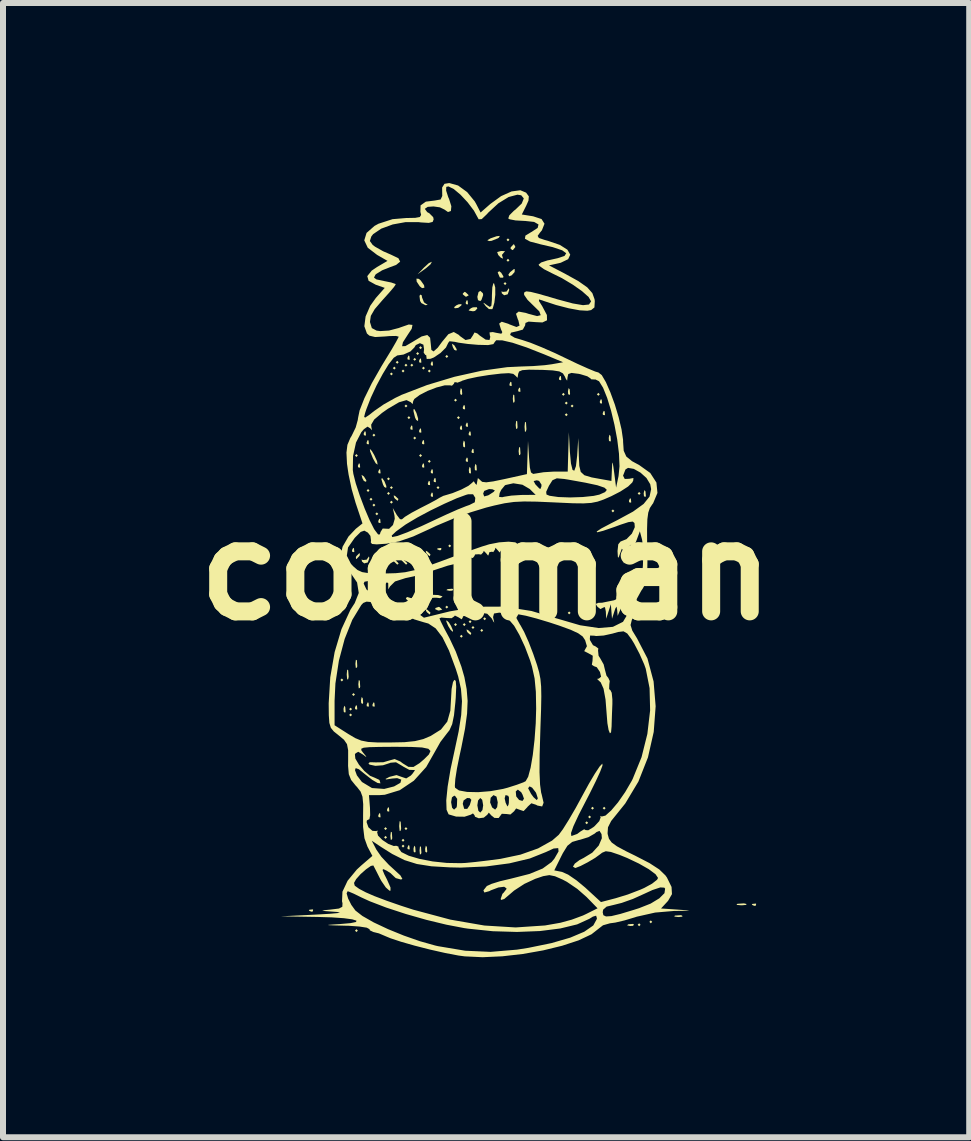
<source format=kicad_pcb>
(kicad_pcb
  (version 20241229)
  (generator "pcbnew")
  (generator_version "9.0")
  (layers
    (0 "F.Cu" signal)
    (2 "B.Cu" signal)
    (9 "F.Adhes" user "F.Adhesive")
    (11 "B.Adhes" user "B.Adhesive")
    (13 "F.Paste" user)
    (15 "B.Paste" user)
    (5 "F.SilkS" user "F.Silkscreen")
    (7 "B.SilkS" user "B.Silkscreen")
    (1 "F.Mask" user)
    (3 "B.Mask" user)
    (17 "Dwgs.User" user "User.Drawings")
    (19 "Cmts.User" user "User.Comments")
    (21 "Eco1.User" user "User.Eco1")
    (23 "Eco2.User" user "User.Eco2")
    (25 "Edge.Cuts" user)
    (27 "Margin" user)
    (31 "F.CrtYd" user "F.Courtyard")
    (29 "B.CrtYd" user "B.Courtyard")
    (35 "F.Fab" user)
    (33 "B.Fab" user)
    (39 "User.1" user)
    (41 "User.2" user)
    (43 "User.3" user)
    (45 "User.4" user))
  (footprint "coolman"
    (layer "F.Cu")
    (at 5.05 6.459)
    (property "Reference" "coolman" (at 0 0 0) (layer "F.SilkS") (effects (font (size 1.5 1.5) (thickness 0.3))))
    (attr board_only exclude_from_pos_files exclude_from_bom)
    (fp_poly (pts (xy -2.38 1.821) (xy -2.404 1.846) (xy -2.428 1.821) (xy -2.404 1.797)) (stroke (width 0) (type solid)) (fill yes) (layer "F.SilkS"))
    (fp_poly (pts (xy -2.234 2.307) (xy -2.258 2.331) (xy -2.283 2.307) (xy -2.258 2.283)) (stroke (width 0) (type solid)) (fill yes) (layer "F.SilkS"))
    (fp_poly (pts (xy -2.234 2.404) (xy -2.258 2.428) (xy -2.283 2.404) (xy -2.258 2.38)) (stroke (width 0) (type solid)) (fill yes) (layer "F.SilkS"))
    (fp_poly (pts (xy -2.185 2.064) (xy -2.21 2.088) (xy -2.234 2.064) (xy -2.21 2.04)) (stroke (width 0) (type solid)) (fill yes) (layer "F.SilkS"))
    (fp_poly (pts (xy -2.137 -1.918) (xy -2.161 -1.894) (xy -2.185 -1.918) (xy -2.161 -1.943)) (stroke (width 0) (type solid)) (fill yes) (layer "F.SilkS"))
    (fp_poly (pts (xy -2.137 5.998) (xy -2.161 6.022) (xy -2.185 5.998) (xy -2.161 5.974)) (stroke (width 0) (type solid)) (fill yes) (layer "F.SilkS"))
    (fp_poly (pts (xy -1.943 -1.336) (xy -1.967 -1.311) (xy -1.991 -1.336) (xy -1.967 -1.36)) (stroke (width 0) (type solid)) (fill yes) (layer "F.SilkS"))
    (fp_poly (pts (xy -1.894 -1.19) (xy -1.918 -1.166) (xy -1.943 -1.19) (xy -1.918 -1.214)) (stroke (width 0) (type solid)) (fill yes) (layer "F.SilkS"))
    (fp_poly (pts (xy -1.846 -2.258) (xy -1.87 -2.234) (xy -1.894 -2.258) (xy -1.87 -2.283)) (stroke (width 0) (type solid)) (fill yes) (layer "F.SilkS"))
    (fp_poly (pts (xy -1.846 -1.093) (xy -1.87 -1.068) (xy -1.894 -1.093) (xy -1.87 -1.117)) (stroke (width 0) (type solid)) (fill yes) (layer "F.SilkS"))
    (fp_poly (pts (xy -1.797 -0.947) (xy -1.821 -0.923) (xy -1.846 -0.947) (xy -1.821 -0.971)) (stroke (width 0) (type solid)) (fill yes) (layer "F.SilkS"))
    (fp_poly (pts (xy -1.797 -0.121) (xy -1.821 -0.097) (xy -1.846 -0.121) (xy -1.821 -0.146)) (stroke (width 0) (type solid)) (fill yes) (layer "F.SilkS"))
    (fp_poly (pts (xy -1.651 4.298) (xy -1.676 4.322) (xy -1.7 4.298) (xy -1.676 4.274)) (stroke (width 0) (type solid)) (fill yes) (layer "F.SilkS"))
    (fp_poly (pts (xy -1.651 4.444) (xy -1.676 4.468) (xy -1.7 4.444) (xy -1.676 4.42)) (stroke (width 0) (type solid)) (fill yes) (layer "F.SilkS"))
    (fp_poly (pts (xy -1.603 -1.53) (xy -1.627 -1.506) (xy -1.651 -1.53) (xy -1.627 -1.554)) (stroke (width 0) (type solid)) (fill yes) (layer "F.SilkS"))
    (fp_poly (pts (xy -1.603 -1.287) (xy -1.627 -1.263) (xy -1.651 -1.287) (xy -1.627 -1.311)) (stroke (width 0) (type solid)) (fill yes) (layer "F.SilkS"))
    (fp_poly (pts (xy -1.554 -3.278) (xy -1.578 -3.254) (xy -1.603 -3.278) (xy -1.578 -3.302)) (stroke (width 0) (type solid)) (fill yes) (layer "F.SilkS"))
    (fp_poly (pts (xy -1.554 -1.384) (xy -1.578 -1.36) (xy -1.603 -1.384) (xy -1.578 -1.408)) (stroke (width 0) (type solid)) (fill yes) (layer "F.SilkS"))
    (fp_poly (pts (xy -1.554 -1.141) (xy -1.578 -1.117) (xy -1.603 -1.141) (xy -1.578 -1.166)) (stroke (width 0) (type solid)) (fill yes) (layer "F.SilkS"))
    (fp_poly (pts (xy -1.506 -3.375) (xy -1.53 -3.351) (xy -1.554 -3.375) (xy -1.53 -3.4)) (stroke (width 0) (type solid)) (fill yes) (layer "F.SilkS"))
    (fp_poly (pts (xy -1.457 -3.472) (xy -1.481 -3.448) (xy -1.506 -3.472) (xy -1.481 -3.497)) (stroke (width 0) (type solid)) (fill yes) (layer "F.SilkS"))
    (fp_poly (pts (xy -1.36 -3.327) (xy -1.384 -3.302) (xy -1.408 -3.327) (xy -1.384 -3.351)) (stroke (width 0) (type solid)) (fill yes) (layer "F.SilkS"))
    (fp_poly (pts (xy -1.36 4.492) (xy -1.384 4.517) (xy -1.408 4.492) (xy -1.384 4.468)) (stroke (width 0) (type solid)) (fill yes) (layer "F.SilkS"))
    (fp_poly (pts (xy -1.36 4.589) (xy -1.384 4.614) (xy -1.408 4.589) (xy -1.384 4.565)) (stroke (width 0) (type solid)) (fill yes) (layer "F.SilkS"))
    (fp_poly (pts (xy -1.311 -3.424) (xy -1.336 -3.4) (xy -1.36 -3.424) (xy -1.336 -3.448)) (stroke (width 0) (type solid)) (fill yes) (layer "F.SilkS"))
    (fp_poly (pts (xy -1.311 -2.744) (xy -1.336 -2.72) (xy -1.36 -2.744) (xy -1.336 -2.768)) (stroke (width 0) (type solid)) (fill yes) (layer "F.SilkS"))
    (fp_poly (pts (xy -1.311 4.298) (xy -1.336 4.322) (xy -1.36 4.298) (xy -1.336 4.274)) (stroke (width 0) (type solid)) (fill yes) (layer "F.SilkS"))
    (fp_poly (pts (xy -1.263 -2.55) (xy -1.287 -2.525) (xy -1.311 -2.55) (xy -1.287 -2.574)) (stroke (width 0) (type solid)) (fill yes) (layer "F.SilkS"))
    (fp_poly (pts (xy -1.214 -3.424) (xy -1.238 -3.4) (xy -1.263 -3.424) (xy -1.238 -3.448)) (stroke (width 0) (type solid)) (fill yes) (layer "F.SilkS"))
    (fp_poly (pts (xy -1.214 -0.219) (xy -1.238 -0.194) (xy -1.263 -0.219) (xy -1.238 -0.243)) (stroke (width 0) (type solid)) (fill yes) (layer "F.SilkS"))
    (fp_poly (pts (xy -1.166 -3.521) (xy -1.19 -3.497) (xy -1.214 -3.521) (xy -1.19 -3.545)) (stroke (width 0) (type solid)) (fill yes) (layer "F.SilkS"))
    (fp_poly (pts (xy -1.166 -2.21) (xy -1.19 -2.185) (xy -1.214 -2.21) (xy -1.19 -2.234)) (stroke (width 0) (type solid)) (fill yes) (layer "F.SilkS"))
    (fp_poly (pts (xy -1.117 -3.618) (xy -1.141 -3.594) (xy -1.166 -3.618) (xy -1.141 -3.642)) (stroke (width 0) (type solid)) (fill yes) (layer "F.SilkS"))
    (fp_poly (pts (xy -1.117 -0.267) (xy -1.141 -0.243) (xy -1.166 -0.267) (xy -1.141 -0.291)) (stroke (width 0) (type solid)) (fill yes) (layer "F.SilkS"))
    (fp_poly (pts (xy -1.068 -3.715) (xy -1.093 -3.691) (xy -1.117 -3.715) (xy -1.093 -3.74)) (stroke (width 0) (type solid)) (fill yes) (layer "F.SilkS"))
    (fp_poly (pts (xy -1.068 -1.918) (xy -1.093 -1.894) (xy -1.117 -1.918) (xy -1.093 -1.943)) (stroke (width 0) (type solid)) (fill yes) (layer "F.SilkS"))
    (fp_poly (pts (xy -1.02 -3.375) (xy -1.044 -3.351) (xy -1.068 -3.375) (xy -1.044 -3.4)) (stroke (width 0) (type solid)) (fill yes) (layer "F.SilkS"))
    (fp_poly (pts (xy -1.02 -0.219) (xy -1.044 -0.194) (xy -1.068 -0.219) (xy -1.044 -0.243)) (stroke (width 0) (type solid)) (fill yes) (layer "F.SilkS"))
    (fp_poly (pts (xy -0.923 -3.327) (xy -0.947 -3.302) (xy -0.971 -3.327) (xy -0.947 -3.351)) (stroke (width 0) (type solid)) (fill yes) (layer "F.SilkS"))
    (fp_poly (pts (xy -0.923 -1.821) (xy -0.947 -1.797) (xy -0.971 -1.821) (xy -0.947 -1.846)) (stroke (width 0) (type solid)) (fill yes) (layer "F.SilkS"))
    (fp_poly (pts (xy -0.777 -1.384) (xy -0.801 -1.36) (xy -0.826 -1.384) (xy -0.801 -1.408)) (stroke (width 0) (type solid)) (fill yes) (layer "F.SilkS"))
    (fp_poly (pts (xy -0.631 -3.57) (xy -0.656 -3.545) (xy -0.68 -3.57) (xy -0.656 -3.594)) (stroke (width 0) (type solid)) (fill yes) (layer "F.SilkS"))
    (fp_poly (pts (xy -0.631 0.607) (xy -0.656 0.631) (xy -0.68 0.607) (xy -0.656 0.583)) (stroke (width 0) (type solid)) (fill yes) (layer "F.SilkS"))
    (fp_poly (pts (xy -0.583 -0.413) (xy -0.607 -0.389) (xy -0.631 -0.413) (xy -0.607 -0.437)) (stroke (width 0) (type solid)) (fill yes) (layer "F.SilkS"))
    (fp_poly (pts (xy -0.486 -2.841) (xy -0.51 -2.817) (xy -0.534 -2.841) (xy -0.51 -2.865)) (stroke (width 0) (type solid)) (fill yes) (layer "F.SilkS"))
    (fp_poly (pts (xy -0.486 0.898) (xy -0.51 0.923) (xy -0.534 0.898) (xy -0.51 0.874)) (stroke (width 0) (type solid)) (fill yes) (layer "F.SilkS"))
    (fp_poly (pts (xy -0.437 -2.55) (xy -0.461 -2.525) (xy -0.486 -2.55) (xy -0.461 -2.574)) (stroke (width 0) (type solid)) (fill yes) (layer "F.SilkS"))
    (fp_poly (pts (xy -0.389 1.093) (xy -0.413 1.117) (xy -0.437 1.093) (xy -0.413 1.068)) (stroke (width 0) (type solid)) (fill yes) (layer "F.SilkS"))
    (fp_poly (pts (xy -0.34 0.898) (xy -0.364 0.923) (xy -0.389 0.898) (xy -0.364 0.874)) (stroke (width 0) (type solid)) (fill yes) (layer "F.SilkS"))
    (fp_poly (pts (xy -0.291 -0.51) (xy -0.316 -0.486) (xy -0.34 -0.51) (xy -0.316 -0.534)) (stroke (width 0) (type solid)) (fill yes) (layer "F.SilkS"))
    (fp_poly (pts (xy -0.243 0.85) (xy -0.267 0.874) (xy -0.291 0.85) (xy -0.267 0.826)) (stroke (width 0) (type solid)) (fill yes) (layer "F.SilkS"))
    (fp_poly (pts (xy -0.194 0.947) (xy -0.219 0.971) (xy -0.243 0.947) (xy -0.219 0.923)) (stroke (width 0) (type solid)) (fill yes) (layer "F.SilkS"))
    (fp_poly (pts (xy -0.146 0.801) (xy -0.17 0.826) (xy -0.194 0.801) (xy -0.17 0.777)) (stroke (width 0) (type solid)) (fill yes) (layer "F.SilkS"))
    (fp_poly (pts (xy -0.049 0.996) (xy -0.073 1.02) (xy -0.097 0.996) (xy -0.073 0.971)) (stroke (width 0) (type solid)) (fill yes) (layer "F.SilkS"))
    (fp_poly (pts (xy 0 0.801) (xy -0.024 0.826) (xy -0.049 0.801) (xy -0.024 0.777)) (stroke (width 0) (type solid)) (fill yes) (layer "F.SilkS"))
    (fp_poly (pts (xy 0.34 -4.784) (xy 0.316 -4.759) (xy 0.291 -4.784) (xy 0.316 -4.808)) (stroke (width 0) (type solid)) (fill yes) (layer "F.SilkS"))
    (fp_poly (pts (xy 0.389 -5.512) (xy 0.364 -5.488) (xy 0.34 -5.512) (xy 0.364 -5.537)) (stroke (width 0) (type solid)) (fill yes) (layer "F.SilkS"))
    (fp_poly (pts (xy 0.389 -5.172) (xy 0.364 -5.148) (xy 0.34 -5.172) (xy 0.364 -5.197)) (stroke (width 0) (type solid)) (fill yes) (layer "F.SilkS"))
    (fp_poly (pts (xy 1.311 -2.938) (xy 1.287 -2.914) (xy 1.263 -2.938) (xy 1.287 -2.963)) (stroke (width 0) (type solid)) (fill yes) (layer "F.SilkS"))
    (fp_poly (pts (xy 1.36 -2.793) (xy 1.336 -2.768) (xy 1.311 -2.793) (xy 1.336 -2.817)) (stroke (width 0) (type solid)) (fill yes) (layer "F.SilkS"))
    (fp_poly (pts (xy 1.36 -2.598) (xy 1.336 -2.574) (xy 1.311 -2.598) (xy 1.336 -2.623)) (stroke (width 0) (type solid)) (fill yes) (layer "F.SilkS"))
    (fp_poly (pts (xy 1.408 0.704) (xy 1.384 0.728) (xy 1.36 0.704) (xy 1.384 0.68)) (stroke (width 0) (type solid)) (fill yes) (layer "F.SilkS"))
    (fp_poly (pts (xy 1.457 -2.744) (xy 1.433 -2.72) (xy 1.408 -2.744) (xy 1.433 -2.768)) (stroke (width 0) (type solid)) (fill yes) (layer "F.SilkS"))
    (fp_poly (pts (xy 1.651 0.51) (xy 1.627 0.534) (xy 1.603 0.51) (xy 1.627 0.486)) (stroke (width 0) (type solid)) (fill yes) (layer "F.SilkS"))
    (fp_poly (pts (xy 1.7 4.201) (xy 1.676 4.225) (xy 1.651 4.201) (xy 1.676 4.177)) (stroke (width 0) (type solid)) (fill yes) (layer "F.SilkS"))
    (fp_poly (pts (xy 1.748 4.104) (xy 1.724 4.128) (xy 1.7 4.104) (xy 1.724 4.08)) (stroke (width 0) (type solid)) (fill yes) (layer "F.SilkS"))
    (fp_poly (pts (xy 1.797 3.958) (xy 1.773 3.982) (xy 1.748 3.958) (xy 1.773 3.934)) (stroke (width 0) (type solid)) (fill yes) (layer "F.SilkS"))
    (fp_poly (pts (xy 1.894 -2.938) (xy 1.87 -2.914) (xy 1.846 -2.938) (xy 1.87 -2.963)) (stroke (width 0) (type solid)) (fill yes) (layer "F.SilkS"))
    (fp_poly (pts (xy 1.991 3.958) (xy 1.967 3.982) (xy 1.943 3.958) (xy 1.967 3.934)) (stroke (width 0) (type solid)) (fill yes) (layer "F.SilkS"))
    (fp_poly (pts (xy 2.137 -0.996) (xy 2.113 -0.971) (xy 2.088 -0.996) (xy 2.113 -1.02)) (stroke (width 0) (type solid)) (fill yes) (layer "F.SilkS"))
    (fp_poly (pts (xy 2.574 -1.287) (xy 2.55 -1.263) (xy 2.525 -1.287) (xy 2.55 -1.311)) (stroke (width 0) (type solid)) (fill yes) (layer "F.SilkS"))
    (fp_poly (pts (xy 2.574 5.901) (xy 2.55 5.925) (xy 2.525 5.901) (xy 2.55 5.876)) (stroke (width 0) (type solid)) (fill yes) (layer "F.SilkS"))
    (fp_poly (pts (xy 2.768 5.852) (xy 2.744 5.876) (xy 2.72 5.852) (xy 2.744 5.828)) (stroke (width 0) (type solid)) (fill yes) (layer "F.SilkS"))
    (fp_poly (pts (xy -2.882 5.65) (xy -2.888 5.679) (xy -2.914 5.682) (xy -2.954 5.664) (xy -2.946 5.65) (xy -2.889 5.644)) (stroke (width 0) (type solid)) (fill yes) (layer "F.SilkS"))
    (fp_poly (pts (xy -2.347 2.273) (xy -2.341 2.349) (xy -2.35 2.367) (xy -2.372 2.352) (xy -2.376 2.303) (xy -2.364 2.251)) (stroke (width 0) (type solid)) (fill yes) (layer "F.SilkS"))
    (fp_poly (pts (xy -2.202 -0.372) (xy -2.196 -0.315) (xy -2.202 -0.308) (xy -2.231 -0.314) (xy -2.234 -0.34) (xy -2.216 -0.38)) (stroke (width 0) (type solid)) (fill yes) (layer "F.SilkS"))
    (fp_poly (pts (xy -2.153 1.493) (xy -2.147 1.593) (xy -2.153 1.615) (xy -2.171 1.621) (xy -2.178 1.554) (xy -2.17 1.485)) (stroke (width 0) (type solid)) (fill yes) (layer "F.SilkS"))
    (fp_poly (pts (xy -2.153 2.25) (xy -2.147 2.308) (xy -2.153 2.315) (xy -2.182 2.308) (xy -2.185 2.283) (xy -2.168 2.243)) (stroke (width 0) (type solid)) (fill yes) (layer "F.SilkS"))
    (fp_poly (pts (xy -2.105 1.833) (xy -2.098 1.933) (xy -2.105 1.955) (xy -2.122 1.961) (xy -2.129 1.894) (xy -2.122 1.825)) (stroke (width 0) (type solid)) (fill yes) (layer "F.SilkS"))
    (fp_poly (pts (xy -2.105 -1.781) (xy -2.099 -1.723) (xy -2.105 -1.716) (xy -2.133 -1.723) (xy -2.137 -1.748) (xy -2.119 -1.788)) (stroke (width 0) (type solid)) (fill yes) (layer "F.SilkS"))
    (fp_poly (pts (xy -2.055 2.128) (xy -2.049 2.204) (xy -2.059 2.221) (xy -2.081 2.206) (xy -2.085 2.157) (xy -2.073 2.105)) (stroke (width 0) (type solid)) (fill yes) (layer "F.SilkS"))
    (fp_poly (pts (xy -2.007 -2.315) (xy -2.002 -2.257) (xy -2.007 -2.25) (xy -2.036 -2.257) (xy -2.04 -2.283) (xy -2.022 -2.323)) (stroke (width 0) (type solid)) (fill yes) (layer "F.SilkS"))
    (fp_poly (pts (xy -1.959 -2.169) (xy -1.953 -2.112) (xy -1.959 -2.105) (xy -1.988 -2.111) (xy -1.991 -2.137) (xy -1.973 -2.177)) (stroke (width 0) (type solid)) (fill yes) (layer "F.SilkS"))
    (fp_poly (pts (xy -1.959 2.202) (xy -1.953 2.259) (xy -1.959 2.266) (xy -1.988 2.26) (xy -1.991 2.234) (xy -1.973 2.194)) (stroke (width 0) (type solid)) (fill yes) (layer "F.SilkS"))
    (fp_poly (pts (xy -1.862 2.202) (xy -1.856 2.259) (xy -1.862 2.266) (xy -1.891 2.26) (xy -1.894 2.234) (xy -1.876 2.194)) (stroke (width 0) (type solid)) (fill yes) (layer "F.SilkS"))
    (fp_poly (pts (xy -1.813 0.259) (xy -1.807 0.317) (xy -1.813 0.324) (xy -1.842 0.317) (xy -1.846 0.291) (xy -1.828 0.251)) (stroke (width 0) (type solid)) (fill yes) (layer "F.SilkS"))
    (fp_poly (pts (xy -1.765 -1.684) (xy -1.759 -1.626) (xy -1.765 -1.619) (xy -1.793 -1.626) (xy -1.797 -1.651) (xy -1.779 -1.691)) (stroke (width 0) (type solid)) (fill yes) (layer "F.SilkS"))
    (fp_poly (pts (xy -1.765 -0.858) (xy -1.759 -0.8) (xy -1.765 -0.793) (xy -1.793 -0.8) (xy -1.797 -0.826) (xy -1.779 -0.866)) (stroke (width 0) (type solid)) (fill yes) (layer "F.SilkS"))
    (fp_poly (pts (xy -1.765 4.047) (xy -1.759 4.105) (xy -1.765 4.112) (xy -1.793 4.105) (xy -1.797 4.08) (xy -1.779 4.04)) (stroke (width 0) (type solid)) (fill yes) (layer "F.SilkS"))
    (fp_poly (pts (xy -1.619 3.95) (xy -1.613 4.008) (xy -1.619 4.015) (xy -1.648 4.008) (xy -1.651 3.982) (xy -1.633 3.942)) (stroke (width 0) (type solid)) (fill yes) (layer "F.SilkS"))
    (fp_poly (pts (xy -1.571 4.359) (xy -1.564 4.458) (xy -1.571 4.48) (xy -1.588 4.486) (xy -1.595 4.42) (xy -1.587 4.351)) (stroke (width 0) (type solid)) (fill yes) (layer "F.SilkS"))
    (fp_poly (pts (xy -1.279 -3.578) (xy -1.273 -3.52) (xy -1.279 -3.513) (xy -1.308 -3.52) (xy -1.311 -3.545) (xy -1.294 -3.585)) (stroke (width 0) (type solid)) (fill yes) (layer "F.SilkS"))
    (fp_poly (pts (xy -1.279 4.581) (xy -1.273 4.639) (xy -1.279 4.646) (xy -1.308 4.639) (xy -1.311 4.614) (xy -1.294 4.574)) (stroke (width 0) (type solid)) (fill yes) (layer "F.SilkS"))
    (fp_poly (pts (xy -1.23 -2.412) (xy -1.225 -2.354) (xy -1.23 -2.347) (xy -1.259 -2.354) (xy -1.263 -2.38) (xy -1.245 -2.42)) (stroke (width 0) (type solid)) (fill yes) (layer "F.SilkS"))
    (fp_poly (pts (xy -1.181 4.605) (xy -1.175 4.681) (xy -1.185 4.698) (xy -1.207 4.683) (xy -1.21 4.634) (xy -1.198 4.582)) (stroke (width 0) (type solid)) (fill yes) (layer "F.SilkS"))
    (fp_poly (pts (xy -1.085 4.602) (xy -1.078 4.701) (xy -1.085 4.723) (xy -1.103 4.729) (xy -1.109 4.662) (xy -1.102 4.593)) (stroke (width 0) (type solid)) (fill yes) (layer "F.SilkS"))
    (fp_poly (pts (xy -1.085 -3.529) (xy -1.079 -3.471) (xy -1.085 -3.464) (xy -1.114 -3.471) (xy -1.117 -3.497) (xy -1.099 -3.537)) (stroke (width 0) (type solid)) (fill yes) (layer "F.SilkS"))
    (fp_poly (pts (xy -1.085 -2.364) (xy -1.079 -2.306) (xy -1.085 -2.299) (xy -1.114 -2.305) (xy -1.117 -2.331) (xy -1.099 -2.371)) (stroke (width 0) (type solid)) (fill yes) (layer "F.SilkS"))
    (fp_poly (pts (xy -1.036 -2.169) (xy -1.03 -2.112) (xy -1.036 -2.105) (xy -1.065 -2.111) (xy -1.068 -2.137) (xy -1.051 -2.177)) (stroke (width 0) (type solid)) (fill yes) (layer "F.SilkS"))
    (fp_poly (pts (xy -1.036 -1.781) (xy -1.03 -1.723) (xy -1.036 -1.716) (xy -1.065 -1.723) (xy -1.068 -1.748) (xy -1.051 -1.788)) (stroke (width 0) (type solid)) (fill yes) (layer "F.SilkS"))
    (fp_poly (pts (xy -0.987 4.605) (xy -0.981 4.681) (xy -0.991 4.698) (xy -1.013 4.683) (xy -1.016 4.634) (xy -1.004 4.582)) (stroke (width 0) (type solid)) (fill yes) (layer "F.SilkS"))
    (fp_poly (pts (xy -0.939 -1.489) (xy -0.933 -1.432) (xy -0.939 -1.425) (xy -0.968 -1.431) (xy -0.971 -1.457) (xy -0.954 -1.497)) (stroke (width 0) (type solid)) (fill yes) (layer "F.SilkS"))
    (fp_poly (pts (xy -0.89 -3.481) (xy -0.885 -3.423) (xy -0.89 -3.416) (xy -0.919 -3.422) (xy -0.923 -3.448) (xy -0.905 -3.488)) (stroke (width 0) (type solid)) (fill yes) (layer "F.SilkS"))
    (fp_poly (pts (xy -0.89 -1.684) (xy -0.885 -1.626) (xy -0.89 -1.619) (xy -0.919 -1.626) (xy -0.923 -1.651) (xy -0.905 -1.691)) (stroke (width 0) (type solid)) (fill yes) (layer "F.SilkS"))
    (fp_poly (pts (xy -0.89 -1.295) (xy -0.885 -1.237) (xy -0.89 -1.23) (xy -0.919 -1.237) (xy -0.923 -1.263) (xy -0.905 -1.303)) (stroke (width 0) (type solid)) (fill yes) (layer "F.SilkS"))
    (fp_poly (pts (xy -0.842 -1.538) (xy -0.836 -1.48) (xy -0.842 -1.473) (xy -0.871 -1.48) (xy -0.874 -1.506) (xy -0.856 -1.546)) (stroke (width 0) (type solid)) (fill yes) (layer "F.SilkS"))
    (fp_poly (pts (xy -0.745 -0.372) (xy -0.751 -0.343) (xy -0.777 -0.34) (xy -0.817 -0.358) (xy -0.809 -0.372) (xy -0.752 -0.378)) (stroke (width 0) (type solid)) (fill yes) (layer "F.SilkS"))
    (fp_poly (pts (xy -0.547 0.311) (xy -0.562 0.333) (xy -0.611 0.336) (xy -0.663 0.324) (xy -0.64 0.307) (xy -0.565 0.301)) (stroke (width 0) (type solid)) (fill yes) (layer "F.SilkS"))
    (fp_poly (pts (xy -0.453 -0.469) (xy -0.46 -0.441) (xy -0.486 -0.437) (xy -0.526 -0.455) (xy -0.518 -0.469) (xy -0.46 -0.475)) (stroke (width 0) (type solid)) (fill yes) (layer "F.SilkS"))
    (fp_poly (pts (xy -0.405 -2.412) (xy -0.399 -2.354) (xy -0.405 -2.347) (xy -0.434 -2.354) (xy -0.437 -2.38) (xy -0.419 -2.42)) (stroke (width 0) (type solid)) (fill yes) (layer "F.SilkS"))
    (fp_poly (pts (xy -0.404 -3.02) (xy -0.398 -2.944) (xy -0.408 -2.927) (xy -0.43 -2.942) (xy -0.433 -2.991) (xy -0.421 -3.043)) (stroke (width 0) (type solid)) (fill yes) (layer "F.SilkS"))
    (fp_poly (pts (xy -0.356 -2.752) (xy -0.35 -2.694) (xy -0.356 -2.687) (xy -0.385 -2.694) (xy -0.389 -2.72) (xy -0.371 -2.76)) (stroke (width 0) (type solid)) (fill yes) (layer "F.SilkS"))
    (fp_poly (pts (xy -0.355 -2.146) (xy -0.35 -2.07) (xy -0.359 -2.053) (xy -0.381 -2.067) (xy -0.385 -2.117) (xy -0.373 -2.168)) (stroke (width 0) (type solid)) (fill yes) (layer "F.SilkS"))
    (fp_poly (pts (xy -0.308 -4.5) (xy -0.302 -4.443) (xy -0.308 -4.436) (xy -0.336 -4.442) (xy -0.34 -4.468) (xy -0.322 -4.508)) (stroke (width 0) (type solid)) (fill yes) (layer "F.SilkS"))
    (fp_poly (pts (xy -0.308 -2.461) (xy -0.302 -2.403) (xy -0.308 -2.396) (xy -0.336 -2.403) (xy -0.34 -2.428) (xy -0.322 -2.468)) (stroke (width 0) (type solid)) (fill yes) (layer "F.SilkS"))
    (fp_poly (pts (xy -0.308 -1.878) (xy -0.302 -1.82) (xy -0.308 -1.813) (xy -0.336 -1.82) (xy -0.34 -1.846) (xy -0.322 -1.885)) (stroke (width 0) (type solid)) (fill yes) (layer "F.SilkS"))
    (fp_poly (pts (xy -0.259 -2.315) (xy -0.253 -2.257) (xy -0.259 -2.25) (xy -0.288 -2.257) (xy -0.291 -2.283) (xy -0.274 -2.323)) (stroke (width 0) (type solid)) (fill yes) (layer "F.SilkS"))
    (fp_poly (pts (xy -0.258 -1.709) (xy -0.252 -1.633) (xy -0.262 -1.616) (xy -0.284 -1.63) (xy -0.288 -1.68) (xy -0.276 -1.731)) (stroke (width 0) (type solid)) (fill yes) (layer "F.SilkS"))
    (fp_poly (pts (xy -0.21 -2.024) (xy -0.205 -1.966) (xy -0.21 -1.959) (xy -0.239 -1.965) (xy -0.243 -1.991) (xy -0.225 -2.031)) (stroke (width 0) (type solid)) (fill yes) (layer "F.SilkS"))
    (fp_poly (pts (xy -0.161 -1.757) (xy -0.155 -1.682) (xy -0.165 -1.664) (xy -0.187 -1.679) (xy -0.19 -1.728) (xy -0.179 -1.78)) (stroke (width 0) (type solid)) (fill yes) (layer "F.SilkS"))
    (fp_poly (pts (xy 0.421 -3.141) (xy 0.427 -3.083) (xy 0.421 -3.076) (xy 0.392 -3.083) (xy 0.389 -3.108) (xy 0.406 -3.148)) (stroke (width 0) (type solid)) (fill yes) (layer "F.SilkS"))
    (fp_poly (pts (xy 0.469 -2.926) (xy 0.476 -2.827) (xy 0.469 -2.805) (xy 0.452 -2.799) (xy 0.445 -2.865) (xy 0.452 -2.934)) (stroke (width 0) (type solid)) (fill yes) (layer "F.SilkS"))
    (fp_poly (pts (xy 0.518 -2.489) (xy 0.524 -2.39) (xy 0.518 -2.368) (xy 0.5 -2.361) (xy 0.493 -2.428) (xy 0.501 -2.497)) (stroke (width 0) (type solid)) (fill yes) (layer "F.SilkS"))
    (fp_poly (pts (xy 0.566 -2.052) (xy 0.573 -1.952) (xy 0.566 -1.93) (xy 0.549 -1.924) (xy 0.542 -1.991) (xy 0.55 -2.06)) (stroke (width 0) (type solid)) (fill yes) (layer "F.SilkS"))
    (fp_poly (pts (xy 0.567 -3.043) (xy 0.572 -2.986) (xy 0.567 -2.979) (xy 0.538 -2.985) (xy 0.534 -3.011) (xy 0.552 -3.051)) (stroke (width 0) (type solid)) (fill yes) (layer "F.SilkS"))
    (fp_poly (pts (xy 1.247 -3.238) (xy 1.252 -3.18) (xy 1.247 -3.173) (xy 1.218 -3.18) (xy 1.214 -3.205) (xy 1.232 -3.245)) (stroke (width 0) (type solid)) (fill yes) (layer "F.SilkS"))
    (fp_poly (pts (xy 1.393 -3.02) (xy 1.399 -2.944) (xy 1.389 -2.927) (xy 1.367 -2.942) (xy 1.364 -2.991) (xy 1.376 -3.043)) (stroke (width 0) (type solid)) (fill yes) (layer "F.SilkS"))
    (fp_poly (pts (xy 1.781 0.648) (xy 1.787 0.705) (xy 1.781 0.712) (xy 1.752 0.706) (xy 1.748 0.68) (xy 1.766 0.64)) (stroke (width 0) (type solid)) (fill yes) (layer "F.SilkS"))
    (fp_poly (pts (xy 1.926 -2.849) (xy 1.932 -2.792) (xy 1.926 -2.784) (xy 1.898 -2.791) (xy 1.894 -2.817) (xy 1.912 -2.857)) (stroke (width 0) (type solid)) (fill yes) (layer "F.SilkS"))
    (fp_poly (pts (xy 1.975 -2.655) (xy 1.981 -2.597) (xy 1.975 -2.59) (xy 1.946 -2.597) (xy 1.943 -2.623) (xy 1.96 -2.663)) (stroke (width 0) (type solid)) (fill yes) (layer "F.SilkS"))
    (fp_poly (pts (xy 2.073 -2.243) (xy 2.079 -2.167) (xy 2.069 -2.15) (xy 2.047 -2.165) (xy 2.044 -2.214) (xy 2.055 -2.266)) (stroke (width 0) (type solid)) (fill yes) (layer "F.SilkS"))
    (fp_poly (pts (xy 2.412 -1.198) (xy 2.418 -1.14) (xy 2.412 -1.133) (xy 2.383 -1.14) (xy 2.38 -1.166) (xy 2.398 -1.206)) (stroke (width 0) (type solid)) (fill yes) (layer "F.SilkS"))
    (fp_poly (pts (xy 2.464 5.896) (xy 2.449 5.918) (xy 2.4 5.921) (xy 2.348 5.909) (xy 2.371 5.892) (xy 2.447 5.886)) (stroke (width 0) (type solid)) (fill yes) (layer "F.SilkS"))
    (fp_poly (pts (xy 2.656 -1.32) (xy 2.662 -1.244) (xy 2.652 -1.227) (xy 2.63 -1.242) (xy 2.626 -1.291) (xy 2.638 -1.343)) (stroke (width 0) (type solid)) (fill yes) (layer "F.SilkS"))
    (fp_poly (pts (xy 3.266 5.747) (xy 3.272 5.765) (xy 3.205 5.772) (xy 3.136 5.764) (xy 3.145 5.747) (xy 3.244 5.741)) (stroke (width 0) (type solid)) (fill yes) (layer "F.SilkS"))
    (fp_poly (pts (xy 4.5 5.553) (xy 4.494 5.582) (xy 4.468 5.585) (xy 4.428 5.567) (xy 4.436 5.553) (xy 4.493 5.547)) (stroke (width 0) (type solid)) (fill yes) (layer "F.SilkS"))
    (fp_poly (pts (xy -2.04 -1.573) (xy -2.034 -1.567) (xy -1.995 -1.503) (xy -2.001 -1.48) (xy -2.037 -1.495) (xy -2.061 -1.54) (xy -2.076 -1.597)) (stroke (width 0) (type solid)) (fill yes) (layer "F.SilkS"))
    (fp_poly (pts (xy -1.694 -1.49) (xy -1.662 -1.409) (xy -1.665 -1.378) (xy -1.698 -1.396) (xy -1.718 -1.435) (xy -1.746 -1.527) (xy -1.734 -1.545)) (stroke (width 0) (type solid)) (fill yes) (layer "F.SilkS"))
    (fp_poly (pts (xy -1.659 -0.175) (xy -1.607 -0.126) (xy -1.617 -0.098) (xy -1.624 -0.097) (xy -1.665 -0.132) (xy -1.68 -0.153) (xy -1.686 -0.186)) (stroke (width 0) (type solid)) (fill yes) (layer "F.SilkS"))
    (fp_poly (pts (xy -1.513 -1.243) (xy -1.461 -1.194) (xy -1.472 -1.166) (xy -1.478 -1.166) (xy -1.519 -1.2) (xy -1.534 -1.222) (xy -1.54 -1.255)) (stroke (width 0) (type solid)) (fill yes) (layer "F.SilkS"))
    (fp_poly (pts (xy -0.979 -0.32) (xy -0.927 -0.271) (xy -0.937 -0.243) (xy -0.944 -0.243) (xy -0.985 -0.277) (xy -1 -0.299) (xy -1.006 -0.332)) (stroke (width 0) (type solid)) (fill yes) (layer "F.SilkS"))
    (fp_poly (pts (xy -0.979 0.651) (xy -0.927 0.7) (xy -0.937 0.728) (xy -0.944 0.728) (xy -0.985 0.694) (xy -1 0.672) (xy -1.006 0.639)) (stroke (width 0) (type solid)) (fill yes) (layer "F.SilkS"))
    (fp_poly (pts (xy -0.774 0.609) (xy -0.731 0.649) (xy -0.781 0.663) (xy -0.799 0.664) (xy -0.848 0.642) (xy -0.844 0.622) (xy -0.788 0.603)) (stroke (width 0) (type solid)) (fill yes) (layer "F.SilkS"))
    (fp_poly (pts (xy -0.535 -3.759) (xy -0.528 -3.753) (xy -0.49 -3.689) (xy -0.495 -3.665) (xy -0.531 -3.68) (xy -0.555 -3.725) (xy -0.57 -3.782)) (stroke (width 0) (type solid)) (fill yes) (layer "F.SilkS"))
    (fp_poly (pts (xy -0.413 -4.419) (xy -0.465 -4.379) (xy -0.521 -4.372) (xy -0.534 -4.39) (xy -0.496 -4.421) (xy -0.459 -4.438) (xy -0.409 -4.441)) (stroke (width 0) (type solid)) (fill yes) (layer "F.SilkS"))
    (fp_poly (pts (xy -0.299 0.991) (xy -0.247 1.04) (xy -0.257 1.068) (xy -0.264 1.068) (xy -0.305 1.034) (xy -0.32 1.012) (xy -0.326 0.979)) (stroke (width 0) (type solid)) (fill yes) (layer "F.SilkS"))
    (fp_poly (pts (xy 0.475 -4.976) (xy 0.427 -4.922) (xy 0.384 -4.905) (xy 0.371 -4.933) (xy 0.399 -4.973) (xy 0.458 -5.022) (xy 0.478 -5.025)) (stroke (width 0) (type solid)) (fill yes) (layer "F.SilkS"))
    (fp_poly (pts (xy -2.3 1.656) (xy -2.298 1.664) (xy -2.29 1.77) (xy -2.299 1.81) (xy -2.315 1.812) (xy -2.322 1.736) (xy -2.322 1.724) (xy -2.315 1.649)) (stroke (width 0) (type solid)) (fill yes) (layer "F.SilkS"))
    (fp_poly (pts (xy -2.104 -0.26) (xy -2.113 -0.243) (xy -2.158 -0.196) (xy -2.167 -0.194) (xy -2.17 -0.226) (xy -2.161 -0.243) (xy -2.115 -0.289) (xy -2.107 -0.291)) (stroke (width 0) (type solid)) (fill yes) (layer "F.SilkS"))
    (fp_poly (pts (xy -1.577 -0.228) (xy -1.542 -0.2) (xy -1.475 -0.141) (xy -1.457 -0.115) (xy -1.481 -0.101) (xy -1.545 -0.163) (xy -1.56 -0.182) (xy -1.602 -0.24)) (stroke (width 0) (type solid)) (fill yes) (layer "F.SilkS"))
    (fp_poly (pts (xy -1.431 -0.228) (xy -1.396 -0.2) (xy -1.329 -0.141) (xy -1.311 -0.115) (xy -1.335 -0.101) (xy -1.399 -0.163) (xy -1.415 -0.182) (xy -1.457 -0.24)) (stroke (width 0) (type solid)) (fill yes) (layer "F.SilkS"))
    (fp_poly (pts (xy -1.426 4.181) (xy -1.423 4.19) (xy -1.416 4.296) (xy -1.425 4.335) (xy -1.441 4.337) (xy -1.448 4.261) (xy -1.448 4.25) (xy -1.441 4.174)) (stroke (width 0) (type solid)) (fill yes) (layer "F.SilkS"))
    (fp_poly (pts (xy -1.161 -2.628) (xy -1.133 -2.534) (xy -1.134 -2.492) (xy -1.165 -2.512) (xy -1.184 -2.552) (xy -1.209 -2.653) (xy -1.211 -2.687) (xy -1.195 -2.692)) (stroke (width 0) (type solid)) (fill yes) (layer "F.SilkS"))
    (fp_poly (pts (xy -1.122 -4.863) (xy -1.089 -4.835) (xy -1.034 -4.757) (xy -1.028 -4.715) (xy -1.067 -4.708) (xy -1.105 -4.738) (xy -1.157 -4.816) (xy -1.161 -4.866)) (stroke (width 0) (type solid)) (fill yes) (layer "F.SilkS"))
    (fp_poly (pts (xy -0.905 -5.145) (xy -0.925 -5.106) (xy -1.002 -5.039) (xy -1.012 -5.032) (xy -1.141 -4.94) (xy -1.033 -5.053) (xy -0.954 -5.125) (xy -0.906 -5.147)) (stroke (width 0) (type solid)) (fill yes) (layer "F.SilkS"))
    (fp_poly (pts (xy -0.62 0.863) (xy -0.583 0.923) (xy -0.552 0.998) (xy -0.555 1.02) (xy -0.594 0.983) (xy -0.631 0.923) (xy -0.663 0.848) (xy -0.659 0.826)) (stroke (width 0) (type solid)) (fill yes) (layer "F.SilkS"))
    (fp_poly (pts (xy -0.34 -4.638) (xy -0.294 -4.594) (xy -0.291 -4.587) (xy -0.329 -4.566) (xy -0.34 -4.565) (xy -0.387 -4.603) (xy -0.389 -4.617) (xy -0.359 -4.646)) (stroke (width 0) (type solid)) (fill yes) (layer "F.SilkS"))
    (fp_poly (pts (xy -0.146 -4.369) (xy -0.185 -4.328) (xy -0.219 -4.322) (xy -0.283 -4.333) (xy -0.291 -4.341) (xy -0.253 -4.373) (xy -0.219 -4.388) (xy -0.156 -4.39)) (stroke (width 0) (type solid)) (fill yes) (layer "F.SilkS"))
    (fp_poly (pts (xy -0.054 -4.623) (xy -0.049 -4.592) (xy -0.078 -4.51) (xy -0.097 -4.492) (xy -0.135 -4.507) (xy -0.146 -4.562) (xy -0.126 -4.643) (xy -0.097 -4.662)) (stroke (width 0) (type solid)) (fill yes) (layer "F.SilkS"))
    (fp_poly (pts (xy 0.214 -5.55) (xy 0.194 -5.537) (xy 0.091 -5.496) (xy 0.049 -5.492) (xy 0.02 -5.506) (xy 0.073 -5.537) (xy 0.176 -5.573) (xy 0.229 -5.578)) (stroke (width 0) (type solid)) (fill yes) (layer "F.SilkS"))
    (fp_poly (pts (xy 0.252 -4.964) (xy 0.289 -4.902) (xy 0.284 -4.882) (xy 0.233 -4.883) (xy 0.227 -4.889) (xy 0.195 -4.964) (xy 0.194 -4.972) (xy 0.219 -4.99)) (stroke (width 0) (type solid)) (fill yes) (layer "F.SilkS"))
    (fp_poly (pts (xy 0.485 -5.402) (xy 0.486 -5.391) (xy 0.448 -5.344) (xy 0.434 -5.342) (xy 0.405 -5.372) (xy 0.413 -5.391) (xy 0.456 -5.437) (xy 0.464 -5.439)) (stroke (width 0) (type solid)) (fill yes) (layer "F.SilkS"))
    (fp_poly (pts (xy 0.663 -2.472) (xy 0.665 -2.464) (xy 0.672 -2.358) (xy 0.663 -2.318) (xy 0.647 -2.316) (xy 0.641 -2.393) (xy 0.641 -2.404) (xy 0.648 -2.479)) (stroke (width 0) (type solid)) (fill yes) (layer "F.SilkS"))
    (fp_poly (pts (xy 4.335 5.553) (xy 4.337 5.569) (xy 4.261 5.576) (xy 4.25 5.576) (xy 4.174 5.569) (xy 4.181 5.554) (xy 4.19 5.551) (xy 4.296 5.544)) (stroke (width 0) (type solid)) (fill yes) (layer "F.SilkS"))
    (fp_poly (pts (xy -1.946 -0.209) (xy -1.971 -0.137) (xy -2.031 -0.121) (xy -2.068 -0.152) (xy -2.075 -0.187) (xy -2.051 -0.177) (xy -1.991 -0.183) (xy -1.975 -0.206) (xy -1.952 -0.238)) (stroke (width 0) (type solid)) (fill yes) (layer "F.SilkS"))
    (fp_poly (pts (xy -1.903 -1.993) (xy -1.864 -1.926) (xy -1.818 -1.826) (xy -1.808 -1.77) (xy -1.81 -1.768) (xy -1.841 -1.791) (xy -1.886 -1.872) (xy -1.932 -1.986) (xy -1.937 -2.029)) (stroke (width 0) (type solid)) (fill yes) (layer "F.SilkS"))
    (fp_poly (pts (xy 0.385 -4.677) (xy 0.36 -4.605) (xy 0.301 -4.589) (xy 0.263 -4.62) (xy 0.256 -4.655) (xy 0.28 -4.645) (xy 0.341 -4.651) (xy 0.356 -4.674) (xy 0.379 -4.707)) (stroke (width 0) (type solid)) (fill yes) (layer "F.SilkS"))
    (fp_poly (pts (xy -1.223 0.466) (xy -1.129 0.524) (xy -1.072 0.586) (xy -1.068 0.6) (xy -1.1 0.631) (xy -1.183 0.598) (xy -1.269 0.536) (xy -1.337 0.467) (xy -1.322 0.441) (xy -1.311 0.44)) (stroke (width 0) (type solid)) (fill yes) (layer "F.SilkS"))
    (fp_poly (pts (xy -1.073 -4.589) (xy -1.068 -4.553) (xy -1.035 -4.471) (xy -1.008 -4.452) (xy -0.973 -4.43) (xy -1.009 -4.423) (xy -1.079 -4.459) (xy -1.1 -4.494) (xy -1.11 -4.576) (xy -1.099 -4.6)) (stroke (width 0) (type solid)) (fill yes) (layer "F.SilkS"))
    (fp_poly (pts (xy 0.317 -5.323) (xy 0.303 -5.309) (xy 0.264 -5.262) (xy 0.27 -5.241) (xy 0.283 -5.199) (xy 0.246 -5.215) (xy 0.203 -5.259) (xy 0.184 -5.309) (xy 0.249 -5.327) (xy 0.257 -5.327)) (stroke (width 0) (type solid)) (fill yes) (layer "F.SilkS"))
    (fp_poly (pts (xy -0.801 0.406) (xy -0.734 0.426) (xy -0.728 0.435) (xy -0.767 0.458) (xy -0.826 0.451) (xy -0.903 0.452) (xy -0.923 0.48) (xy -0.946 0.526) (xy -1.026 0.514) (xy -1.056 0.502) (xy -1.116 0.461) (xy -1.086 0.426) (xy -0.974 0.405) (xy -0.923 0.401)) (stroke (width 0) (type solid)) (fill yes) (layer "F.SilkS"))
    (fp_poly (pts (xy 0.152 -4.719) (xy 0.153 -4.597) (xy 0.138 -4.467) (xy 0.111 -4.372) (xy 0.101 -4.357) (xy 0.047 -4.359) (xy -0.004 -4.405) (xy -0.048 -4.464) (xy -0.025 -4.454) (xy 0.012 -4.426) (xy 0.063 -4.394) (xy 0.088 -4.416) (xy 0.096 -4.508) (xy 0.097 -4.592) (xy 0.103 -4.719) (xy 0.12 -4.786) (xy 0.132 -4.789)) (stroke (width 0) (type solid)) (fill yes) (layer "F.SilkS"))
    (fp_poly (pts (xy -0.467 -6.418) (xy -0.316 -6.308) (xy -0.19 -6.154) (xy -0.166 -6.112) (xy -0.092 -5.968) (xy 0.071 -6.111) (xy 0.25 -6.241) (xy 0.424 -6.319) (xy 0.571 -6.339) (xy 0.666 -6.299) (xy 0.712 -6.237) (xy 0.706 -6.166) (xy 0.668 -6.081) (xy 0.595 -5.935) (xy 0.783 -5.905) (xy 0.924 -5.859) (xy 0.973 -5.781) (xy 0.93 -5.672) (xy 0.897 -5.632) (xy 0.859 -5.579) (xy 0.879 -5.544) (xy 0.972 -5.512) (xy 1.03 -5.496) (xy 1.229 -5.428) (xy 1.355 -5.348) (xy 1.402 -5.265) (xy 1.367 -5.19) (xy 1.244 -5.131) (xy 1.207 -5.122) (xy 1.048 -5.087) (xy 1.313 -4.949) (xy 1.537 -4.825) (xy 1.685 -4.721) (xy 1.77 -4.625) (xy 1.807 -4.523) (xy 1.811 -4.491) (xy 1.805 -4.386) (xy 1.75 -4.342) (xy 1.687 -4.331) (xy 1.561 -4.338) (xy 1.377 -4.372) (xy 1.165 -4.427) (xy 0.958 -4.495) (xy 0.937 -4.503) (xy 0.881 -4.52) (xy 0.881 -4.493) (xy 0.935 -4.407) (xy 1.013 -4.26) (xy 1.015 -4.172) (xy 0.938 -4.136) (xy 0.832 -4.141) (xy 0.709 -4.15) (xy 0.656 -4.128) (xy 0.65 -4.086) (xy 0.612 -4.017) (xy 0.522 -3.991) (xy 0.414 -3.966) (xy 0.4 -3.928) (xy 0.475 -3.882) (xy 0.604 -3.843) (xy 0.737 -3.799) (xy 0.928 -3.722) (xy 1.149 -3.625) (xy 1.316 -3.545) (xy 1.519 -3.448) (xy 1.693 -3.37) (xy 1.818 -3.318) (xy 1.872 -3.302) (xy 1.927 -3.259) (xy 1.996 -3.141) (xy 2.071 -2.97) (xy 2.145 -2.768) (xy 2.209 -2.555) (xy 2.257 -2.353) (xy 2.282 -2.181) (xy 2.283 -2.14) (xy 2.293 -1.998) (xy 2.336 -1.902) (xy 2.432 -1.824) (xy 2.552 -1.759) (xy 2.735 -1.628) (xy 2.838 -1.468) (xy 2.855 -1.295) (xy 2.783 -1.123) (xy 2.769 -1.105) (xy 2.728 -1.043) (xy 2.702 -0.967) (xy 2.687 -0.857) (xy 2.682 -0.694) (xy 2.683 -0.458) (xy 2.684 -0.399) (xy 2.688 -0.148) (xy 2.685 0.026) (xy 2.672 0.145) (xy 2.648 0.23) (xy 2.609 0.3) (xy 2.586 0.333) (xy 2.513 0.466) (xy 2.477 0.595) (xy 2.477 0.608) (xy 2.457 0.745) (xy 2.426 0.829) (xy 2.407 0.906) (xy 2.436 0.999) (xy 2.516 1.13) (xy 2.689 1.464) (xy 2.791 1.847) (xy 2.825 2.26) (xy 2.793 2.687) (xy 2.697 3.111) (xy 2.538 3.514) (xy 2.319 3.879) (xy 2.197 4.031) (xy 2.084 4.171) (xy 2.031 4.276) (xy 2.024 4.376) (xy 2.027 4.395) (xy 2.047 4.467) (xy 2.092 4.529) (xy 2.18 4.593) (xy 2.328 4.673) (xy 2.483 4.749) (xy 2.723 4.873) (xy 2.886 4.979) (xy 2.988 5.078) (xy 3.013 5.113) (xy 3.09 5.27) (xy 3.097 5.39) (xy 3.032 5.502) (xy 3.011 5.525) (xy 2.915 5.629) (xy 3.194 5.648) (xy 3.333 5.658) (xy 3.387 5.664) (xy 3.354 5.667) (xy 3.228 5.669) (xy 3.133 5.67) (xy 2.817 5.697) (xy 2.51 5.766) (xy 2.483 5.775) (xy 2.306 5.828) (xy 2.153 5.864) (xy 2.064 5.876) (xy 1.948 5.909) (xy 1.891 5.953) (xy 1.756 6.059) (xy 1.542 6.16) (xy 1.267 6.25) (xy 0.952 6.327) (xy 0.613 6.387) (xy 0.27 6.426) (xy -0.059 6.441) (xy -0.356 6.427) (xy -0.461 6.413) (xy -0.686 6.37) (xy -0.938 6.313) (xy -1.192 6.248) (xy -1.419 6.183) (xy -1.594 6.125) (xy -1.666 6.095) (xy -1.786 6.044) (xy -1.875 6.022) (xy -1.877 6.022) (xy -1.937 5.993) (xy -1.943 5.974) (xy -1.988 5.949) (xy -2.11 5.93) (xy -2.29 5.917) (xy -2.343 5.916) (xy -2.53 5.911) (xy -2.625 5.907) (xy -2.63 5.902) (xy -2.551 5.896) (xy -2.439 5.889) (xy -2.258 5.873) (xy -2.167 5.854) (xy -2.16 5.832) (xy -2.23 5.81) (xy -2.37 5.791) (xy -2.573 5.777) (xy -2.808 5.77) (xy -3.424 5.76) (xy -2.841 5.731) (xy -2.611 5.718) (xy -2.476 5.706) (xy -2.435 5.696) (xy -2.485 5.687) (xy -2.525 5.684) (xy -2.674 5.673) (xy -2.731 5.665) (xy -2.701 5.658) (xy -2.589 5.647) (xy -2.582 5.646) (xy -2.452 5.63) (xy -2.396 5.601) (xy -2.393 5.542) (xy -2.401 5.509) (xy -2.395 5.378) (xy -2.324 5.378) (xy -2.299 5.464) (xy -2.246 5.569) (xy -2.178 5.663) (xy -2.061 5.754) (xy -1.873 5.861) (xy -1.635 5.973) (xy -1.37 6.081) (xy -1.101 6.175) (xy -0.849 6.246) (xy -0.801 6.257) (xy -0.348 6.333) (xy 0.075 6.352) (xy 0.514 6.315) (xy 0.704 6.285) (xy 1.089 6.206) (xy 1.402 6.115) (xy 1.636 6.016) (xy 1.786 5.912) (xy 1.845 5.804) (xy 1.846 5.791) (xy 1.833 5.749) (xy 1.779 5.765) (xy 1.721 5.801) (xy 1.517 5.894) (xy 1.237 5.962) (xy 0.897 6.005) (xy 0.515 6.02) (xy 0.11 6.008) (xy -0.302 5.965) (xy -0.364 5.956) (xy -0.662 5.899) (xy -0.997 5.818) (xy -1.34 5.72) (xy -1.664 5.614) (xy -1.938 5.509) (xy -2.076 5.446) (xy -2.202 5.384) (xy -2.289 5.347) (xy -2.308 5.342) (xy -2.324 5.378) (xy -2.395 5.378) (xy -2.394 5.35) (xy -2.325 5.203) (xy -2.201 5.203) (xy -2.189 5.249) (xy -2.115 5.302) (xy -2.005 5.36) (xy -1.863 5.422) (xy -1.657 5.5) (xy -1.418 5.583) (xy -1.214 5.649) (xy -0.594 5.815) (xy -0.029 5.913) (xy 0.492 5.945) (xy 0.982 5.912) (xy 1.238 5.867) (xy 1.428 5.815) (xy 1.614 5.746) (xy 1.669 5.72) (xy 1.725 5.692) (xy 1.943 5.692) (xy 1.954 5.741) (xy 1.998 5.762) (xy 2.087 5.756) (xy 2.236 5.72) (xy 2.458 5.653) (xy 2.549 5.624) (xy 2.741 5.548) (xy 2.886 5.46) (xy 2.972 5.374) (xy 2.983 5.299) (xy 2.97 5.282) (xy 2.903 5.278) (xy 2.771 5.322) (xy 2.632 5.386) (xy 2.446 5.47) (xy 2.26 5.536) (xy 2.141 5.566) (xy 2.008 5.598) (xy 1.95 5.649) (xy 1.943 5.692) (xy 1.725 5.692) (xy 1.857 5.626) (xy 1.673 5.437) (xy 1.52 5.303) (xy 1.346 5.185) (xy 1.276 5.148) (xy 1.148 5.092) (xy 1.054 5.073) (xy 0.952 5.09) (xy 0.819 5.135) (xy 0.638 5.219) (xy 0.466 5.331) (xy 0.408 5.381) (xy 0.302 5.471) (xy 0.249 5.487) (xy 0.243 5.469) (xy 0.272 5.385) (xy 0.291 5.367) (xy 0.338 5.307) (xy 0.34 5.294) (xy 0.301 5.267) (xy 0.205 5.279) (xy 0.08 5.326) (xy 0.052 5.341) (xy -0.029 5.363) (xy -0.045 5.327) (xy 0.012 5.255) (xy 0.014 5.254) (xy 0.09 5.219) (xy 0.232 5.175) (xy 0.41 5.133) (xy 0.422 5.13) (xy 0.724 5.053) (xy 0.868 4.994) (xy 1.136 4.994) (xy 1.266 5.02) (xy 1.367 5.065) (xy 1.506 5.16) (xy 1.653 5.282) (xy 1.655 5.284) (xy 1.914 5.522) (xy 2.159 5.458) (xy 2.361 5.396) (xy 2.572 5.315) (xy 2.635 5.287) (xy 2.765 5.216) (xy 2.849 5.15) (xy 2.865 5.12) (xy 2.823 5.058) (xy 2.71 4.974) (xy 2.545 4.88) (xy 2.349 4.787) (xy 2.221 4.735) (xy 2.079 4.687) (xy 1.994 4.675) (xy 1.933 4.7) (xy 1.905 4.722) (xy 1.817 4.786) (xy 1.694 4.859) (xy 1.574 4.921) (xy 1.492 4.953) (xy 1.484 4.954) (xy 1.447 4.932) (xy 1.478 4.881) (xy 1.558 4.821) (xy 1.623 4.788) (xy 1.769 4.699) (xy 1.877 4.58) (xy 1.929 4.458) (xy 1.923 4.389) (xy 1.89 4.336) (xy 1.839 4.356) (xy 1.808 4.382) (xy 1.704 4.441) (xy 1.562 4.485) (xy 1.548 4.487) (xy 1.435 4.52) (xy 1.355 4.584) (xy 1.279 4.707) (xy 1.254 4.756) (xy 1.136 4.994) (xy 0.868 4.994) (xy 0.943 4.963) (xy 1.091 4.855) (xy 1.138 4.798) (xy 1.207 4.678) (xy 1.202 4.623) (xy 1.124 4.63) (xy 0.996 4.689) (xy 0.728 4.796) (xy 0.388 4.877) (xy -0.003 4.929) (xy -0.423 4.948) (xy -0.605 4.944) (xy -0.912 4.926) (xy -1.153 4.888) (xy -1.36 4.823) (xy -1.564 4.721) (xy -1.742 4.609) (xy -1.905 4.5) (xy -1.828 4.649) (xy -1.746 4.767) (xy -1.62 4.902) (xy -1.543 4.972) (xy -1.428 5.078) (xy -1.395 5.136) (xy -1.418 5.147) (xy -1.505 5.123) (xy -1.53 5.1) (xy -1.594 5.039) (xy -1.657 4.999) (xy -1.713 4.973) (xy -1.726 4.987) (xy -1.696 5.06) (xy -1.65 5.15) (xy -1.593 5.279) (xy -1.593 5.332) (xy -1.611 5.332) (xy -1.671 5.279) (xy -1.746 5.17) (xy -1.773 5.12) (xy -1.833 5.001) (xy -1.873 4.924) (xy -1.879 4.912) (xy -1.92 4.92) (xy -2 4.976) (xy -2.091 5.056) (xy -2.164 5.138) (xy -2.167 5.142) (xy -2.201 5.203) (xy -2.325 5.203) (xy -2.308 5.167) (xy -2.154 4.98) (xy -2.082 4.914) (xy -1.895 4.753) (xy -1.977 4.598) (xy -2.027 4.459) (xy -2.05 4.269) (xy -2.05 4.082) (xy -2.048 3.891) (xy -2.06 3.767) (xy -2.091 3.682) (xy -2.151 3.605) (xy -2.173 3.582) (xy -2.249 3.488) (xy -2.288 3.391) (xy -2.3 3.253) (xy -2.299 3.157) (xy -2.299 3.061) (xy -2.186 3.061) (xy -2.179 3.131) (xy -2.119 3.232) (xy -2.03 3.337) (xy -1.934 3.418) (xy -1.861 3.448) (xy -1.783 3.484) (xy -1.773 3.497) (xy -1.761 3.544) (xy -1.808 3.538) (xy -1.899 3.485) (xy -2.014 3.395) (xy -2.12 3.309) (xy -2.173 3.29) (xy -2.185 3.324) (xy -2.153 3.411) (xy -2.074 3.515) (xy -2.066 3.523) (xy -1.902 3.622) (xy -1.698 3.637) (xy -1.533 3.595) (xy -1.428 3.535) (xy -1.413 3.482) (xy -1.482 3.457) (xy -1.566 3.464) (xy -1.665 3.479) (xy -1.677 3.471) (xy -1.611 3.436) (xy -1.493 3.406) (xy -1.409 3.436) (xy -1.331 3.462) (xy -1.257 3.416) (xy -1.231 3.389) (xy -1.186 3.327) (xy -1.2 3.32) (xy -1.202 3.322) (xy -1.281 3.319) (xy -1.387 3.261) (xy -1.39 3.258) (xy -1.501 3.193) (xy -1.592 3.2) (xy -1.605 3.206) (xy -1.719 3.243) (xy -1.845 3.252) (xy -1.941 3.232) (xy -1.961 3.214) (xy -1.939 3.192) (xy -1.85 3.194) (xy -1.849 3.195) (xy -1.711 3.192) (xy -1.613 3.163) (xy -1.524 3.139) (xy -1.429 3.18) (xy -1.39 3.21) (xy -1.295 3.269) (xy -1.211 3.271) (xy -1.11 3.208) (xy -1.032 3.141) (xy -0.953 3.062) (xy -0.927 3.005) (xy -0.962 2.968) (xy -1.068 2.946) (xy -1.253 2.937) (xy -1.526 2.935) (xy -1.776 2.937) (xy -1.943 2.941) (xy -2.039 2.95) (xy -2.08 2.967) (xy -2.079 2.993) (xy -2.05 3.033) (xy -2.048 3.035) (xy -1.995 3.1) (xy -2.007 3.099) (xy -2.056 3.062) (xy -2.13 3.018) (xy -2.175 3.044) (xy -2.186 3.061) (xy -2.299 3.061) (xy -2.299 2.992) (xy -2.318 2.891) (xy -2.368 2.818) (xy -2.457 2.744) (xy -2.538 2.679) (xy -2.587 2.619) (xy -2.6 2.576) (xy -2.525 2.576) (xy -2.297 2.721) (xy -2.183 2.789) (xy -2.082 2.831) (xy -1.966 2.854) (xy -1.807 2.863) (xy -1.605 2.863) (xy -1.361 2.858) (xy -1.185 2.84) (xy -1.046 2.806) (xy -0.923 2.754) (xy -0.752 2.647) (xy -0.647 2.515) (xy -0.596 2.333) (xy -0.584 2.128) (xy -0.575 1.971) (xy -0.552 1.857) (xy -0.53 1.819) (xy -0.506 1.836) (xy -0.498 1.933) (xy -0.506 2.117) (xy -0.512 2.192) (xy -0.535 2.41) (xy -0.565 2.557) (xy -0.61 2.658) (xy -0.659 2.72) (xy -0.761 2.854) (xy -0.836 2.987) (xy -0.998 3.272) (xy -1.204 3.5) (xy -1.439 3.658) (xy -1.688 3.734) (xy -1.772 3.74) (xy -1.952 3.74) (xy -1.935 3.953) (xy -1.932 4.076) (xy -1.945 4.142) (xy -1.955 4.145) (xy -1.987 4.162) (xy -1.991 4.192) (xy -1.961 4.276) (xy -1.895 4.335) (xy -1.829 4.34) (xy -1.821 4.334) (xy -1.804 4.333) (xy -1.816 4.358) (xy -1.801 4.415) (xy -1.728 4.488) (xy -1.63 4.553) (xy -1.538 4.588) (xy -1.497 4.584) (xy -1.461 4.598) (xy -1.457 4.625) (xy -1.412 4.689) (xy -1.289 4.75) (xy -1.109 4.803) (xy -0.891 4.845) (xy -0.654 4.87) (xy -0.42 4.874) (xy -0.34 4.87) (xy -0.178 4.854) (xy 0.033 4.829) (xy 0.24 4.802) (xy 0.572 4.732) (xy 0.866 4.628) (xy 1.099 4.498) (xy 1.21 4.402) (xy 1.279 4.309) (xy 1.378 4.151) (xy 1.494 3.952) (xy 1.601 3.755) (xy 1.712 3.552) (xy 1.812 3.383) (xy 1.891 3.264) (xy 1.937 3.215) (xy 1.937 3.215) (xy 1.939 3.248) (xy 1.9 3.351) (xy 1.827 3.51) (xy 1.727 3.712) (xy 1.678 3.807) (xy 1.542 4.071) (xy 1.455 4.258) (xy 1.415 4.372) (xy 1.419 4.418) (xy 1.426 4.42) (xy 1.518 4.387) (xy 1.571 4.347) (xy 1.634 4.309) (xy 1.659 4.323) (xy 1.702 4.326) (xy 1.786 4.275) (xy 1.808 4.257) (xy 1.886 4.173) (xy 1.909 4.111) (xy 1.905 4.103) (xy 1.904 4.086) (xy 1.927 4.097) (xy 1.989 4.081) (xy 2.084 3.996) (xy 2.198 3.861) (xy 2.317 3.69) (xy 2.426 3.503) (xy 2.443 3.469) (xy 2.59 3.108) (xy 2.687 2.72) (xy 2.733 2.328) (xy 2.724 1.958) (xy 2.66 1.634) (xy 2.634 1.561) (xy 2.555 1.383) (xy 2.467 1.215) (xy 2.423 1.143) (xy 2.352 1.047) (xy 2.29 1.011) (xy 2.199 1.022) (xy 2.108 1.048) (xy 1.958 1.081) (xy 1.832 1.089) (xy 1.804 1.084) (xy 1.733 1.081) (xy 1.728 1.14) (xy 1.733 1.161) (xy 1.781 1.242) (xy 1.825 1.263) (xy 1.87 1.297) (xy 1.865 1.329) (xy 1.874 1.417) (xy 1.903 1.463) (xy 1.959 1.563) (xy 1.98 1.651) (xy 2.006 1.749) (xy 2.036 1.787) (xy 2.06 1.839) (xy 2.053 1.896) (xy 2.05 1.973) (xy 2.071 1.991) (xy 2.093 2.035) (xy 2.104 2.145) (xy 2.104 2.222) (xy 2.097 2.396) (xy 2.092 2.553) (xy 2.091 2.594) (xy 2.082 2.694) (xy 2.063 2.71) (xy 2.041 2.655) (xy 2.021 2.542) (xy 2.011 2.416) (xy 1.99 2.148) (xy 1.957 1.967) (xy 1.91 1.862) (xy 1.884 1.838) (xy 1.849 1.804) (xy 1.88 1.798) (xy 1.916 1.767) (xy 1.897 1.688) (xy 1.844 1.609) (xy 1.798 1.592) (xy 1.762 1.568) (xy 1.773 1.503) (xy 1.777 1.417) (xy 1.7 1.374) (xy 1.7 1.374) (xy 1.635 1.341) (xy 1.65 1.312) (xy 1.68 1.259) (xy 1.65 1.159) (xy 1.649 1.157) (xy 1.609 1.097) (xy 1.534 1.043) (xy 1.409 0.985) (xy 1.217 0.915) (xy 1.052 0.861) (xy 0.839 0.797) (xy 0.663 0.751) (xy 0.541 0.728) (xy 0.494 0.732) (xy 0.509 0.798) (xy 0.565 0.899) (xy 0.573 0.91) (xy 0.633 1.019) (xy 0.709 1.189) (xy 0.785 1.386) (xy 0.801 1.433) (xy 0.849 1.573) (xy 0.883 1.691) (xy 0.905 1.804) (xy 0.917 1.932) (xy 0.92 2.094) (xy 0.916 2.309) (xy 0.906 2.597) (xy 0.903 2.695) (xy 0.892 3.071) (xy 0.89 3.358) (xy 0.899 3.564) (xy 0.917 3.698) (xy 0.926 3.73) (xy 0.958 3.867) (xy 0.934 3.929) (xy 0.855 3.914) (xy 0.832 3.901) (xy 0.754 3.876) (xy 0.693 3.932) (xy 0.686 3.942) (xy 0.625 4.006) (xy 0.561 3.985) (xy 0.5 3.962) (xy 0.467 4.009) (xy 0.405 4.063) (xy 0.34 4.055) (xy 0.262 4.051) (xy 0.243 4.076) (xy 0.209 4.122) (xy 0.139 4.12) (xy 0.08 4.073) (xy 0.077 4.067) (xy 0.045 4.032) (xy 0.02 4.067) (xy -0.038 4.115) (xy -0.122 4.126) (xy -0.185 4.1) (xy -0.194 4.074) (xy -0.219 4.045) (xy -0.255 4.066) (xy -0.359 4.1) (xy -0.499 4.098) (xy -0.621 4.062) (xy -0.626 4.059) (xy -0.659 3.984) (xy -0.663 3.857) (xy -0.583 3.857) (xy -0.567 3.95) (xy -0.534 3.982) (xy -0.491 3.943) (xy -0.486 3.91) (xy -0.485 3.885) (xy -0.389 3.885) (xy -0.365 3.969) (xy -0.314 3.969) (xy -0.275 3.91) (xy -0.146 3.91) (xy -0.129 4.001) (xy -0.097 4.031) (xy -0.061 3.989) (xy -0.049 3.91) (xy -0.057 3.862) (xy 0.067 3.862) (xy 0.1 3.945) (xy 0.151 3.982) (xy 0.184 3.941) (xy 0.194 3.861) (xy 0.179 3.793) (xy 0.309 3.793) (xy 0.325 3.866) (xy 0.355 3.93) (xy 0.372 3.904) (xy 0.379 3.869) (xy 0.381 3.781) (xy 0.369 3.752) (xy 0.324 3.739) (xy 0.309 3.793) (xy 0.179 3.793) (xy 0.173 3.765) (xy 0.123 3.74) (xy 0.076 3.784) (xy 0.067 3.862) (xy -0.057 3.862) (xy -0.065 3.818) (xy -0.097 3.788) (xy -0.134 3.83) (xy -0.146 3.91) (xy -0.275 3.91) (xy -0.272 3.906) (xy -0.246 3.819) (xy -0.271 3.791) (xy -0.316 3.788) (xy -0.375 3.829) (xy -0.389 3.885) (xy -0.485 3.885) (xy -0.483 3.822) (xy -0.482 3.802) (xy -0.516 3.755) (xy -0.531 3.749) (xy -0.569 3.777) (xy -0.583 3.857) (xy -0.663 3.857) (xy -0.664 3.827) (xy -0.641 3.598) (xy -0.592 3.305) (xy -0.532 3.027) (xy -0.458 2.681) (xy -0.415 2.406) (xy -0.402 2.176) (xy -0.419 1.97) (xy -0.465 1.764) (xy -0.505 1.638) (xy -0.619 1.33) (xy -0.728 1.109) (xy -0.84 0.962) (xy -0.962 0.881) (xy -1.038 0.86) (xy -1.2 0.811) (xy -1.231 0.794) (xy -0.777 0.794) (xy -0.755 0.847) (xy -0.698 0.962) (xy -0.617 1.113) (xy -0.609 1.128) (xy -0.506 1.347) (xy -0.412 1.599) (xy -0.362 1.773) (xy -0.324 1.974) (xy -0.308 2.17) (xy -0.317 2.381) (xy -0.351 2.632) (xy -0.412 2.943) (xy -0.445 3.095) (xy -0.486 3.298) (xy -0.513 3.471) (xy -0.521 3.587) (xy -0.517 3.617) (xy -0.452 3.662) (xy -0.316 3.687) (xy -0.133 3.691) (xy 0.013 3.679) (xy 0.494 3.679) (xy 0.502 3.762) (xy 0.55 3.821) (xy 0.606 3.837) (xy 0.631 3.8) (xy 0.607 3.732) (xy 0.585 3.692) (xy 0.529 3.648) (xy 0.494 3.679) (xy 0.013 3.679) (xy 0.074 3.674) (xy 0.281 3.637) (xy 0.327 3.625) (xy 0.7 3.625) (xy 0.749 3.719) (xy 0.792 3.777) (xy 0.845 3.823) (xy 0.862 3.794) (xy 0.835 3.71) (xy 0.828 3.695) (xy 0.767 3.616) (xy 0.724 3.594) (xy 0.7 3.625) (xy 0.327 3.625) (xy 0.357 3.617) (xy 0.508 3.569) (xy 0.622 3.527) (xy 0.659 3.508) (xy 0.701 3.434) (xy 0.742 3.281) (xy 0.778 3.07) (xy 0.807 2.817) (xy 0.827 2.543) (xy 0.834 2.3) (xy 0.829 2.018) (xy 0.808 1.796) (xy 0.765 1.601) (xy 0.734 1.499) (xy 0.648 1.271) (xy 0.555 1.071) (xy 0.467 0.918) (xy 0.391 0.829) (xy 0.35 0.813) (xy 0.314 0.79) (xy 0.319 0.762) (xy 0.3 0.712) (xy 0.22 0.699) (xy 0.132 0.714) (xy 0.116 0.773) (xy 0.121 0.799) (xy 0.136 0.866) (xy 0.121 0.848) (xy 0.093 0.795) (xy 0.019 0.718) (xy -0.11 0.696) (xy -0.126 0.696) (xy -0.237 0.71) (xy -0.29 0.737) (xy -0.291 0.742) (xy -0.322 0.761) (xy -0.34 0.753) (xy -0.385 0.76) (xy -0.389 0.78) (xy -0.407 0.811) (xy -0.461 0.777) (xy -0.52 0.748) (xy -0.534 0.764) (xy -0.575 0.792) (xy -0.656 0.789) (xy -0.746 0.781) (xy -0.777 0.794) (xy -1.231 0.794) (xy -1.345 0.732) (xy -1.471 0.662) (xy -1.644 0.593) (xy -1.748 0.561) (xy -1.903 0.524) (xy -1.993 0.516) (xy -2.047 0.538) (xy -2.08 0.573) (xy -2.23 0.82) (xy -2.357 1.138) (xy -2.453 1.499) (xy -2.511 1.879) (xy -2.525 2.17) (xy -2.525 2.576) (xy -2.6 2.576) (xy -2.612 2.537) (xy -2.621 2.41) (xy -2.623 2.21) (xy -2.597 1.777) (xy -2.524 1.357) (xy -2.41 0.975) (xy -2.261 0.652) (xy -2.189 0.54) (xy -2.122 0.372) (xy -2.15 0.197) (xy -2.272 0.018) (xy -2.289 0.001) (xy -2.379 -0.113) (xy -2.426 -0.221) (xy -2.428 -0.242) (xy -2.427 -0.249) (xy -2.321 -0.249) (xy -2.253 -0.115) (xy -2.212 -0.071) (xy -2.143 -0.011) (xy -2.066 0.024) (xy -1.955 0.042) (xy -1.783 0.047) (xy -1.69 0.047) (xy -1.506 0.042) (xy -1.349 0.026) (xy -1.191 -0.008) (xy -1.004 -0.065) (xy -0.761 -0.153) (xy -0.704 -0.174) (xy -0.466 -0.263) (xy -0.246 -0.341) (xy -0.067 -0.403) (xy 0.047 -0.438) (xy 0.049 -0.439) (xy 0.218 -0.472) (xy 0.373 -0.483) (xy 0.487 -0.472) (xy 0.534 -0.439) (xy 0.534 -0.437) (xy 0.492 -0.403) (xy 0.39 -0.389) (xy 0.389 -0.389) (xy 0.283 -0.371) (xy 0.242 -0.328) (xy 0.225 -0.303) (xy 0.194 -0.34) (xy 0.156 -0.382) (xy 0.146 -0.349) (xy 0.119 -0.309) (xy 0.097 -0.316) (xy 0.053 -0.307) (xy 0.048 -0.282) (xy 0.034 -0.25) (xy 0 -0.291) (xy -0.039 -0.33) (xy -0.048 -0.305) (xy -0.084 -0.268) (xy -0.121 -0.274) (xy -0.184 -0.27) (xy -0.194 -0.245) (xy -0.222 -0.21) (xy -0.24 -0.217) (xy -0.297 -0.204) (xy -0.336 -0.159) (xy -0.375 -0.106) (xy -0.388 -0.139) (xy -0.388 -0.146) (xy -0.396 -0.194) (xy -0.429 -0.158) (xy -0.437 -0.146) (xy -0.476 -0.101) (xy -0.485 -0.108) (xy -0.527 -0.11) (xy -0.637 -0.084) (xy -0.792 -0.033) (xy -0.813 -0.026) (xy -1.013 0.04) (xy -1.207 0.095) (xy -1.343 0.124) (xy -1.518 0.18) (xy -1.599 0.26) (xy -1.632 0.312) (xy -1.63 0.279) (xy -1.631 0.209) (xy -1.653 0.194) (xy -1.695 0.235) (xy -1.705 0.279) (xy -1.712 0.339) (xy -1.727 0.305) (xy -1.733 0.279) (xy -1.779 0.205) (xy -1.813 0.191) (xy -1.909 0.178) (xy -1.955 0.171) (xy -2.026 0.184) (xy -2.04 0.215) (xy -1.993 0.315) (xy -1.858 0.409) (xy -1.644 0.49) (xy -1.592 0.504) (xy -1.412 0.563) (xy -1.248 0.636) (xy -1.176 0.68) (xy -1.036 0.784) (xy -0.603 0.678) (xy -0.151 0.601) (xy 0.295 0.599) (xy 0.756 0.672) (xy 1.19 0.8) (xy 1.567 0.91) (xy 1.875 0.956) (xy 2.113 0.936) (xy 2.28 0.853) (xy 2.282 0.851) (xy 2.362 0.717) (xy 2.374 0.612) (xy 2.368 0.461) (xy 2.331 0.607) (xy 2.304 0.691) (xy 2.288 0.682) (xy 2.285 0.656) (xy 2.276 0.559) (xy 2.234 0.656) (xy 2.192 0.753) (xy 2.184 0.656) (xy 2.174 0.599) (xy 2.154 0.629) (xy 2.137 0.68) (xy 2.098 0.801) (xy 2.088 0.68) (xy 2.079 0.559) (xy 2.04 0.68) (xy 2.001 0.801) (xy 1.995 0.68) (xy 1.98 0.607) (xy 1.954 0.614) (xy 1.905 0.64) (xy 1.856 0.602) (xy 1.826 0.554) (xy 1.872 0.536) (xy 1.933 0.534) (xy 2.134 0.493) (xy 2.36 0.377) (xy 2.473 0.297) (xy 2.544 0.223) (xy 2.586 0.121) (xy 2.609 -0.042) (xy 2.613 -0.09) (xy 2.618 -0.274) (xy 2.611 -0.439) (xy 2.598 -0.52) (xy 2.562 -0.656) (xy 2.499 -0.486) (xy 2.459 -0.395) (xy 2.435 -0.375) (xy 2.432 -0.386) (xy 2.415 -0.432) (xy 2.381 -0.405) (xy 2.344 -0.326) (xy 2.318 -0.219) (xy 2.304 -0.127) (xy 2.295 -0.124) (xy 2.287 -0.212) (xy 2.285 -0.243) (xy 2.275 -0.349) (xy 2.262 -0.366) (xy 2.238 -0.302) (xy 2.234 -0.291) (xy 2.207 -0.217) (xy 2.196 -0.226) (xy 2.19 -0.325) (xy 2.19 -0.328) (xy 2.202 -0.439) (xy 2.24 -0.486) (xy 2.242 -0.486) (xy 2.339 -0.525) (xy 2.429 -0.617) (xy 2.476 -0.721) (xy 2.477 -0.736) (xy 2.472 -0.794) (xy 2.443 -0.818) (xy 2.372 -0.809) (xy 2.24 -0.766) (xy 2.137 -0.728) (xy 1.95 -0.664) (xy 1.852 -0.639) (xy 1.842 -0.652) (xy 1.919 -0.703) (xy 2.084 -0.79) (xy 2.184 -0.841) (xy 2.448 -0.984) (xy 2.625 -1.112) (xy 2.723 -1.234) (xy 2.75 -1.358) (xy 2.735 -1.44) (xy 2.672 -1.544) (xy 2.572 -1.634) (xy 2.461 -1.696) (xy 2.365 -1.713) (xy 2.322 -1.686) (xy 2.282 -1.583) (xy 2.31 -1.528) (xy 2.384 -1.531) (xy 2.455 -1.544) (xy 2.451 -1.501) (xy 2.435 -1.469) (xy 2.366 -1.402) (xy 2.236 -1.318) (xy 2.084 -1.24) (xy 1.96 -1.186) (xy 1.857 -1.15) (xy 1.752 -1.129) (xy 1.624 -1.121) (xy 1.449 -1.123) (xy 1.206 -1.134) (xy 1.122 -1.138) (xy 0.844 -1.15) (xy 0.634 -1.153) (xy 0.464 -1.145) (xy 0.307 -1.123) (xy 0.134 -1.085) (xy 0 -1.051) (xy -0.259 -0.972) (xy -0.553 -0.864) (xy -0.831 -0.747) (xy -0.923 -0.703) (xy -1.214 -0.57) (xy -1.45 -0.488) (xy -1.656 -0.45) (xy -1.664 -0.449) (xy -1.822 -0.438) (xy -1.902 -0.445) (xy -1.923 -0.474) (xy -1.917 -0.495) (xy -1.928 -0.58) (xy -1.932 -0.585) (xy -1.573 -0.585) (xy -1.565 -0.56) (xy -1.478 -0.578) (xy -1.314 -0.639) (xy -1.077 -0.742) (xy -0.865 -0.841) (xy -0.659 -0.937) (xy -0.474 -1.019) (xy -0.334 -1.075) (xy -0.277 -1.095) (xy -0.188 -1.14) (xy -0.18 -1.213) (xy -0.19 -1.229) (xy 0.216 -1.229) (xy 0.269 -1.224) (xy 0.303 -1.232) (xy 0.422 -1.251) (xy 0.581 -1.261) (xy 0.619 -1.262) (xy 0.826 -1.263) (xy 0.774 -1.314) (xy 1.001 -1.314) (xy 1.006 -1.269) (xy 1.057 -1.248) (xy 1.203 -1.227) (xy 1.4 -1.22) (xy 1.61 -1.227) (xy 1.792 -1.246) (xy 1.887 -1.267) (xy 1.982 -1.309) (xy 2.012 -1.346) (xy 1.972 -1.383) (xy 1.855 -1.423) (xy 1.654 -1.466) (xy 1.364 -1.518) (xy 1.301 -1.528) (xy 1.178 -1.539) (xy 1.106 -1.507) (xy 1.047 -1.414) (xy 1.001 -1.314) (xy 0.774 -1.314) (xy 0.728 -1.36) (xy 0.605 -1.432) (xy 0.454 -1.456) (xy 0.323 -1.427) (xy 0.312 -1.42) (xy 0.252 -1.347) (xy 0.226 -1.293) (xy 0.216 -1.229) (xy -0.19 -1.229) (xy -0.217 -1.273) (xy -0.299 -1.273) (xy -0.332 -1.264) (xy -0.488 -1.207) (xy -0.695 -1.115) (xy -0.924 -1.004) (xy -1.142 -0.888) (xy -1.318 -0.783) (xy -1.344 -0.767) (xy -1.5 -0.654) (xy -1.573 -0.585) (xy -1.932 -0.585) (xy -1.97 -0.634) (xy -2.029 -0.667) (xy -2.089 -0.646) (xy -2.176 -0.56) (xy -2.191 -0.544) (xy -2.301 -0.386) (xy -2.321 -0.249) (xy -2.427 -0.249) (xy -2.391 -0.4) (xy -2.293 -0.569) (xy -2.172 -0.697) (xy -2.06 -0.787) (xy -2.176 -1.134) (xy -2.24 -1.358) (xy -2.291 -1.599) (xy -2.303 -1.677) (xy -2.221 -1.677) (xy -2.212 -1.613) (xy -2.172 -1.455) (xy -2.105 -1.251) (xy -2.023 -1.034) (xy -1.94 -0.839) (xy -1.868 -0.697) (xy -1.857 -0.68) (xy -1.799 -0.603) (xy -1.77 -0.605) (xy -1.759 -0.644) (xy -1.723 -0.702) (xy -1.694 -0.701) (xy -1.617 -0.697) (xy -1.552 -0.761) (xy -1.522 -0.864) (xy -1.527 -0.919) (xy -1.555 -1.044) (xy -1.488 -0.928) (xy -1.435 -0.858) (xy -1.403 -0.855) (xy -1.353 -0.897) (xy -1.24 -0.966) (xy -1.093 -1.044) (xy -0.942 -1.121) (xy -0.828 -1.183) (xy -0.777 -1.214) (xy -0.712 -1.247) (xy -0.704 -1.249) (xy -0.583 -1.285) (xy -0.049 -1.285) (xy -0.032 -1.237) (xy 0.034 -1.255) (xy 0.049 -1.263) (xy 0.125 -1.312) (xy 0.146 -1.337) (xy 0.105 -1.356) (xy 0.049 -1.36) (xy -0.031 -1.329) (xy -0.049 -1.285) (xy -0.583 -1.285) (xy -0.56 -1.292) (xy -0.412 -1.352) (xy -0.294 -1.414) (xy -0.244 -1.455) (xy -0.205 -1.49) (xy -0.18 -1.45) (xy -0.158 -1.429) (xy -0.149 -1.481) (xy -0.137 -1.543) (xy -0.104 -1.515) (xy -0.102 -1.512) (xy -0.066 -1.48) (xy 0.002 -1.472) (xy 0.123 -1.488) (xy 0.145 -1.493) (xy 0.792 -1.493) (xy 0.82 -1.44) (xy 0.826 -1.433) (xy 0.884 -1.372) (xy 0.904 -1.36) (xy 0.921 -1.4) (xy 0.923 -1.433) (xy 0.883 -1.496) (xy 0.844 -1.506) (xy 0.792 -1.493) (xy 0.145 -1.493) (xy 0.31 -1.527) (xy 0.68 -1.609) (xy 0.689 -1.885) (xy 0.698 -2.161) (xy 0.716 -1.877) (xy 0.729 -1.719) (xy 0.748 -1.637) (xy 0.784 -1.612) (xy 0.84 -1.621) (xy 0.957 -1.64) (xy 1.114 -1.65) (xy 1.153 -1.651) (xy 1.36 -1.651) (xy 1.369 -1.979) (xy 1.379 -2.307) (xy 1.396 -1.979) (xy 1.414 -1.786) (xy 1.44 -1.68) (xy 1.469 -1.665) (xy 1.497 -1.742) (xy 1.517 -1.914) (xy 1.518 -1.93) (xy 1.536 -2.21) (xy 1.545 -1.909) (xy 1.553 -1.745) (xy 1.577 -1.646) (xy 1.638 -1.59) (xy 1.758 -1.554) (xy 1.906 -1.527) (xy 2.088 -1.495) (xy 2.096 -1.682) (xy 2.101 -1.784) (xy 2.108 -1.803) (xy 2.12 -1.735) (xy 2.135 -1.627) (xy 2.166 -1.384) (xy 2.207 -1.577) (xy 2.223 -1.741) (xy 2.214 -1.95) (xy 2.185 -2.185) (xy 2.139 -2.43) (xy 2.082 -2.667) (xy 2.017 -2.879) (xy 1.949 -3.048) (xy 1.882 -3.156) (xy 1.82 -3.187) (xy 1.815 -3.185) (xy 1.751 -3.189) (xy 1.739 -3.204) (xy 1.686 -3.239) (xy 1.574 -3.273) (xy 1.542 -3.28) (xy 1.422 -3.295) (xy 1.369 -3.276) (xy 1.357 -3.223) (xy 1.35 -3.166) (xy 1.329 -3.196) (xy 1.312 -3.235) (xy 1.28 -3.287) (xy 1.22 -3.32) (xy 1.111 -3.337) (xy 0.93 -3.346) (xy 0.903 -3.346) (xy 0.714 -3.349) (xy 0.603 -3.341) (xy 0.55 -3.319) (xy 0.534 -3.279) (xy 0.533 -3.269) (xy 0.524 -3.213) (xy 0.491 -3.247) (xy 0.453 -3.279) (xy 0.379 -3.291) (xy 0.248 -3.284) (xy 0.047 -3.26) (xy -0.145 -3.229) (xy -0.303 -3.195) (xy -0.399 -3.165) (xy -0.412 -3.157) (xy -0.48 -3.132) (xy -0.502 -3.141) (xy -0.532 -3.136) (xy -0.534 -3.118) (xy -0.569 -3.082) (xy -0.599 -3.088) (xy -0.69 -3.088) (xy -0.825 -3.053) (xy -0.974 -2.996) (xy -1.108 -2.927) (xy -1.196 -2.861) (xy -1.215 -2.825) (xy -1.225 -2.775) (xy -1.255 -2.807) (xy -1.326 -2.842) (xy -1.451 -2.806) (xy -1.634 -2.699) (xy -1.735 -2.628) (xy -1.865 -2.518) (xy -1.915 -2.433) (xy -1.912 -2.393) (xy -1.901 -2.34) (xy -1.931 -2.372) (xy -1.976 -2.4) (xy -2.037 -2.357) (xy -2.079 -2.308) (xy -2.168 -2.135) (xy -2.217 -1.911) (xy -2.221 -1.677) (xy -2.303 -1.677) (xy -2.318 -1.781) (xy -2.327 -1.967) (xy -2.311 -2.097) (xy -2.263 -2.21) (xy -2.24 -2.248) (xy -2.173 -2.386) (xy -2.138 -2.512) (xy -2.136 -2.531) (xy -2.13 -2.563) (xy -2.032 -2.563) (xy -2.016 -2.55) (xy -1.952 -2.592) (xy -1.863 -2.662) (xy -1.707 -2.77) (xy -1.515 -2.878) (xy -1.408 -2.93) (xy -0.982 -3.094) (xy -0.526 -3.231) (xy -0.072 -3.332) (xy 0.351 -3.391) (xy 0.58 -3.402) (xy 0.782 -3.409) (xy 0.978 -3.424) (xy 1.091 -3.439) (xy 1.283 -3.473) (xy 0.969 -3.604) (xy 0.677 -3.719) (xy 0.44 -3.798) (xy 0.268 -3.838) (xy 0.168 -3.839) (xy 0.146 -3.813) (xy 0.121 -3.775) (xy 0.034 -3.759) (xy -0.132 -3.763) (xy -0.134 -3.763) (xy -0.308 -3.778) (xy -0.458 -3.799) (xy -0.522 -3.813) (xy -0.61 -3.823) (xy -0.631 -3.796) (xy -0.669 -3.718) (xy -0.76 -3.627) (xy -0.87 -3.553) (xy -0.927 -3.53) (xy -0.99 -3.528) (xy -0.993 -3.55) (xy -0.998 -3.591) (xy -1.012 -3.594) (xy -1.04 -3.632) (xy -1.034 -3.691) (xy -1.045 -3.766) (xy -1.104 -3.791) (xy -1.171 -3.759) (xy -1.195 -3.72) (xy -1.261 -3.653) (xy -1.377 -3.601) (xy -1.481 -3.586) (xy -1.54 -3.547) (xy -1.625 -3.438) (xy -1.723 -3.277) (xy -1.825 -3.087) (xy -1.92 -2.884) (xy -1.995 -2.691) (xy -2.016 -2.628) (xy -2.032 -2.563) (xy -2.13 -2.563) (xy -2.108 -2.669) (xy -2.029 -2.871) (xy -1.906 -3.121) (xy -1.745 -3.404) (xy -1.674 -3.521) (xy -1.575 -3.683) (xy -1.5 -3.813) (xy -1.46 -3.889) (xy -1.457 -3.899) (xy -1.5 -3.911) (xy -1.61 -3.909) (xy -1.689 -3.902) (xy -1.849 -3.893) (xy -1.945 -3.916) (xy -1.986 -3.952) (xy -2.029 -4.073) (xy -2.008 -4.236) (xy -1.931 -4.413) (xy -1.838 -4.543) (xy -1.689 -4.712) (xy -1.84 -4.765) (xy -1.958 -4.83) (xy -1.98 -4.908) (xy -1.906 -5) (xy -1.817 -5.06) (xy -1.643 -5.162) (xy -1.817 -5.262) (xy -1.972 -5.381) (xy -2.025 -5.493) (xy -1.937 -5.493) (xy -1.89 -5.428) (xy -1.85 -5.398) (xy -1.715 -5.322) (xy -1.586 -5.266) (xy -1.461 -5.206) (xy -1.432 -5.149) (xy -1.5 -5.094) (xy -1.596 -5.059) (xy -1.732 -5.005) (xy -1.831 -4.944) (xy -1.845 -4.931) (xy -1.868 -4.883) (xy -1.827 -4.853) (xy -1.706 -4.828) (xy -1.705 -4.827) (xy -1.582 -4.802) (xy -1.512 -4.778) (xy -1.506 -4.77) (xy -1.536 -4.725) (xy -1.617 -4.63) (xy -1.727 -4.508) (xy -1.856 -4.358) (xy -1.921 -4.246) (xy -1.935 -4.149) (xy -1.934 -4.139) (xy -1.904 -4.042) (xy -1.825 -4) (xy -1.765 -3.992) (xy -1.618 -4.001) (xy -1.454 -4.044) (xy -1.43 -4.053) (xy -1.289 -4.102) (xy -1.227 -4.095) (xy -1.24 -4.03) (xy -1.303 -3.935) (xy -1.386 -3.806) (xy -1.4 -3.74) (xy -1.345 -3.742) (xy -1.227 -3.811) (xy -1.074 -3.903) (xy -0.98 -3.927) (xy -0.933 -3.881) (xy -0.923 -3.788) (xy -0.912 -3.678) (xy -0.875 -3.653) (xy -0.806 -3.715) (xy -0.734 -3.813) (xy -0.629 -3.94) (xy -0.539 -3.977) (xy -0.455 -3.929) (xy -0.437 -3.91) (xy -0.343 -3.843) (xy -0.26 -3.861) (xy -0.223 -3.916) (xy -0.193 -3.969) (xy -0.147 -3.953) (xy -0.104 -3.916) (xy -0.008 -3.85) (xy 0.057 -3.844) (xy 0.07 -3.897) (xy 0.063 -3.917) (xy 0.057 -3.97) (xy 0.111 -3.976) (xy 0.165 -3.964) (xy 0.254 -3.948) (xy 0.27 -3.974) (xy 0.247 -4.023) (xy 0.218 -4.117) (xy 0.26 -4.148) (xy 0.369 -4.114) (xy 0.389 -4.104) (xy 0.506 -4.06) (xy 0.557 -4.083) (xy 0.538 -4.169) (xy 0.529 -4.187) (xy 0.498 -4.281) (xy 0.542 -4.317) (xy 0.661 -4.295) (xy 0.709 -4.279) (xy 0.85 -4.242) (xy 0.91 -4.257) (xy 0.886 -4.321) (xy 0.789 -4.416) (xy 0.691 -4.512) (xy 0.636 -4.592) (xy 0.631 -4.611) (xy 0.639 -4.641) (xy 0.672 -4.654) (xy 0.745 -4.645) (xy 0.874 -4.613) (xy 1.073 -4.556) (xy 1.19 -4.521) (xy 1.443 -4.453) (xy 1.615 -4.424) (xy 1.714 -4.435) (xy 1.748 -4.485) (xy 1.748 -4.49) (xy 1.708 -4.56) (xy 1.6 -4.656) (xy 1.444 -4.766) (xy 1.262 -4.875) (xy 1.091 -4.959) (xy 0.965 -5.023) (xy 0.887 -5.079) (xy 0.874 -5.099) (xy 0.917 -5.135) (xy 1.023 -5.17) (xy 1.056 -5.176) (xy 1.194 -5.207) (xy 1.297 -5.241) (xy 1.307 -5.245) (xy 1.335 -5.289) (xy 1.268 -5.338) (xy 1.11 -5.391) (xy 0.911 -5.437) (xy 0.732 -5.484) (xy 0.647 -5.531) (xy 0.655 -5.583) (xy 0.752 -5.642) (xy 0.753 -5.642) (xy 0.859 -5.711) (xy 0.873 -5.769) (xy 0.8 -5.811) (xy 0.645 -5.828) (xy 0.634 -5.828) (xy 0.491 -5.836) (xy 0.392 -5.855) (xy 0.369 -5.869) (xy 0.387 -5.921) (xy 0.464 -5.998) (xy 0.488 -6.016) (xy 0.594 -6.118) (xy 0.628 -6.203) (xy 0.585 -6.255) (xy 0.522 -6.265) (xy 0.375 -6.226) (xy 0.204 -6.121) (xy 0.038 -5.968) (xy 0.014 -5.941) (xy -0.073 -5.858) (xy -0.124 -5.855) (xy -0.128 -5.862) (xy -0.203 -5.999) (xy -0.309 -6.139) (xy -0.427 -6.265) (xy -0.539 -6.359) (xy -0.627 -6.403) (xy -0.664 -6.395) (xy -0.666 -6.333) (xy -0.631 -6.224) (xy -0.617 -6.193) (xy -0.579 -6.072) (xy -0.587 -5.993) (xy -0.635 -5.976) (xy -0.694 -6.017) (xy -0.77 -6.054) (xy -0.876 -6.069) (xy -0.973 -6.062) (xy -1.019 -6.031) (xy -1.02 -6.027) (xy -0.981 -5.974) (xy -0.947 -5.956) (xy -0.882 -5.891) (xy -0.874 -5.853) (xy -0.891 -5.811) (xy -0.955 -5.795) (xy -1.088 -5.803) (xy -1.129 -5.808) (xy -1.341 -5.808) (xy -1.556 -5.769) (xy -1.747 -5.699) (xy -1.882 -5.608) (xy -1.913 -5.568) (xy -1.937 -5.493) (xy -2.025 -5.493) (xy -2.03 -5.505) (xy -1.992 -5.628) (xy -1.859 -5.745) (xy -1.793 -5.781) (xy -1.559 -5.857) (xy -1.334 -5.876) (xy -1.181 -5.879) (xy -1.104 -5.893) (xy -1.083 -5.928) (xy -1.095 -5.98) (xy -1.092 -6.087) (xy -1.004 -6.149) (xy -0.859 -6.167) (xy -0.758 -6.185) (xy -0.73 -6.245) (xy -0.731 -6.253) (xy -0.733 -6.384) (xy -0.694 -6.446) (xy -0.614 -6.459)) (stroke (width 0) (type solid)) (fill yes) (layer "F.SilkS")))
  (gr_rect
    (start -3 -3)
    (end 13.1 15.9)
    (stroke (width 0.1) (type default))
    (fill no)
    (layer "Edge.Cuts")))
</source>
